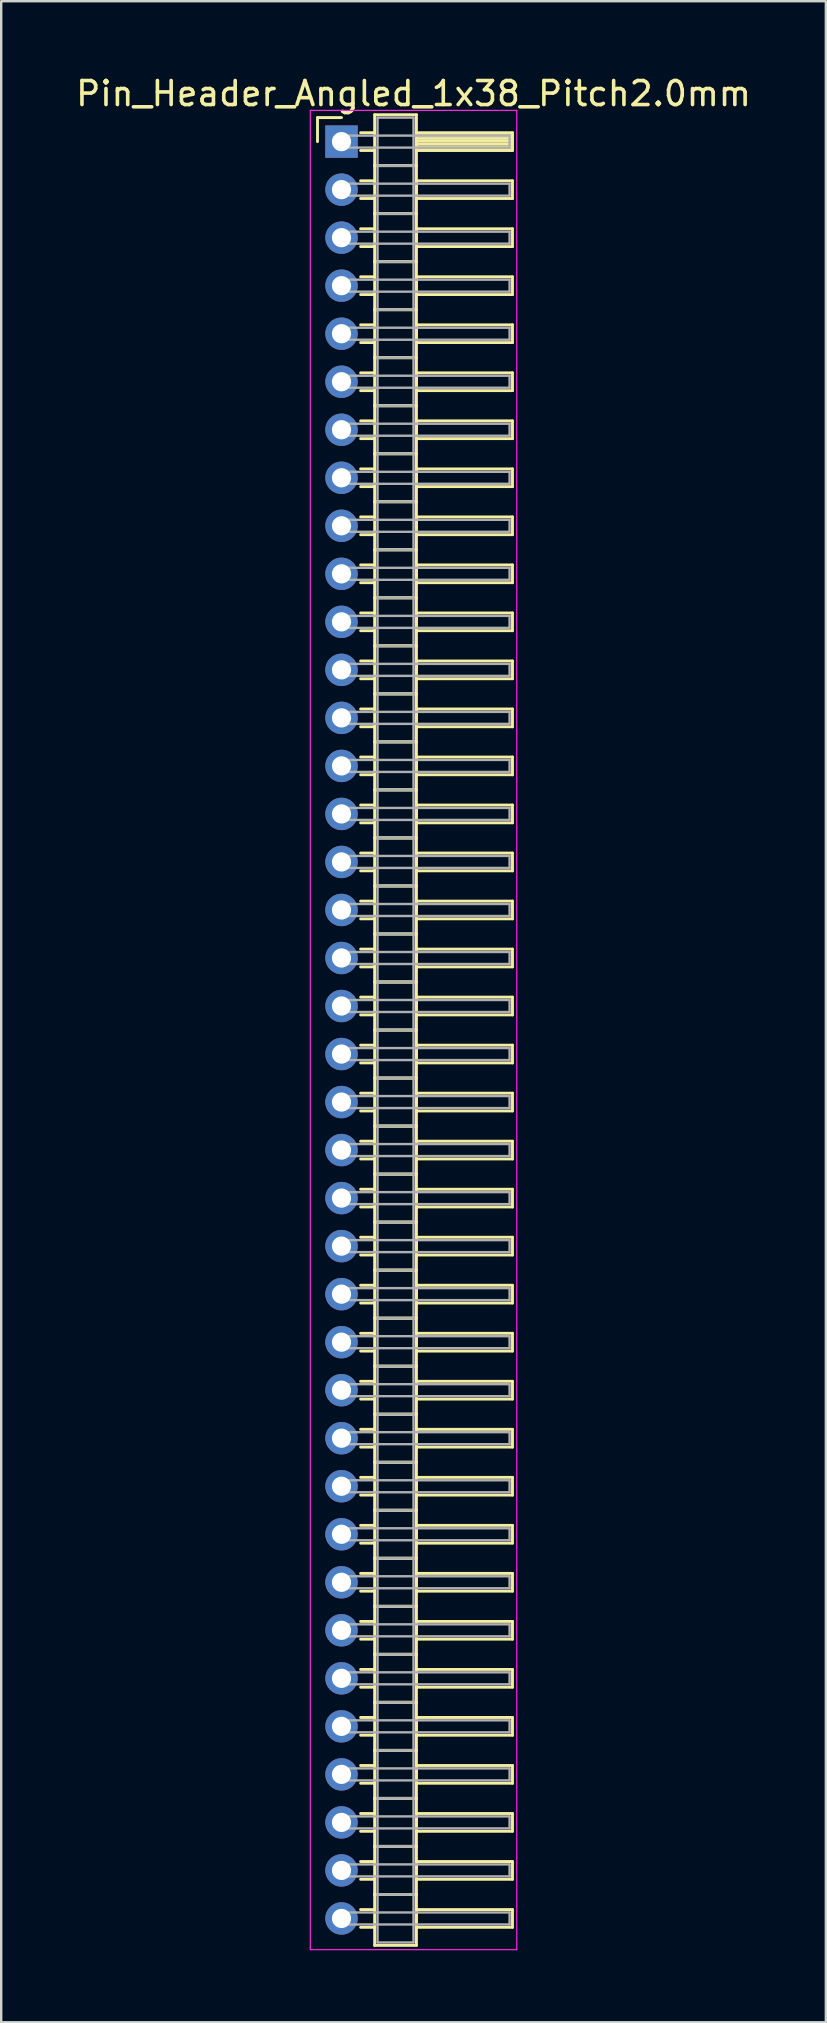
<source format=kicad_pcb>
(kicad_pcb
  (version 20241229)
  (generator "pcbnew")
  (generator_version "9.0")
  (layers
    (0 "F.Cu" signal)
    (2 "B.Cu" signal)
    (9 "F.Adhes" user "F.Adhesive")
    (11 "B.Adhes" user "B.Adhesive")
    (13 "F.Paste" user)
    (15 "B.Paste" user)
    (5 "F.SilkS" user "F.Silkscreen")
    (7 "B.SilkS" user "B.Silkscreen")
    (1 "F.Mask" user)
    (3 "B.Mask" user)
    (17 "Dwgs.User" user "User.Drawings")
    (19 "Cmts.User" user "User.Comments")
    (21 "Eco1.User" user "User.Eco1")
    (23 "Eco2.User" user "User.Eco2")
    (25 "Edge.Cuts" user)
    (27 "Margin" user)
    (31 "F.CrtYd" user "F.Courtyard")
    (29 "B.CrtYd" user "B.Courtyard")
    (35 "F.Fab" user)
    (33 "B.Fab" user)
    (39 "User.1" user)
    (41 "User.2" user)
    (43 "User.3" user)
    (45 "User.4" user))
  (footprint "Pin_Header_Angled_1x38_Pitch2.0mm"
    (layer "F.Cu")
    (at 11.173 2.848)
    (property "Reference" "Pin_Header_Angled_1x38_Pitch2.0mm" (at 3 -2 0) (layer "F.SilkS") (effects (font (size 1 1) (thickness 0.15))))
    (attr through_hole)
    (fp_line (start -1 -1) (end 0 -1) (stroke (width 0.12) (type solid)) (layer "F.SilkS"))
    (fp_line (start -1 0) (end -1 -1) (stroke (width 0.12) (type solid)) (layer "F.SilkS"))
    (fp_line (start 0.795 -0.37) (end 1.38 -0.37) (stroke (width 0.12) (type solid)) (layer "F.SilkS"))
    (fp_line (start 0.795 0.37) (end 1.38 0.37) (stroke (width 0.12) (type solid)) (layer "F.SilkS"))
    (fp_line (start 0.795 1.63) (end 1.38 1.63) (stroke (width 0.12) (type solid)) (layer "F.SilkS"))
    (fp_line (start 0.795 2.37) (end 1.38 2.37) (stroke (width 0.12) (type solid)) (layer "F.SilkS"))
    (fp_line (start 0.795 3.63) (end 1.38 3.63) (stroke (width 0.12) (type solid)) (layer "F.SilkS"))
    (fp_line (start 0.795 4.37) (end 1.38 4.37) (stroke (width 0.12) (type solid)) (layer "F.SilkS"))
    (fp_line (start 0.795 5.63) (end 1.38 5.63) (stroke (width 0.12) (type solid)) (layer "F.SilkS"))
    (fp_line (start 0.795 6.37) (end 1.38 6.37) (stroke (width 0.12) (type solid)) (layer "F.SilkS"))
    (fp_line (start 0.795 7.63) (end 1.38 7.63) (stroke (width 0.12) (type solid)) (layer "F.SilkS"))
    (fp_line (start 0.795 8.37) (end 1.38 8.37) (stroke (width 0.12) (type solid)) (layer "F.SilkS"))
    (fp_line (start 0.795 9.63) (end 1.38 9.63) (stroke (width 0.12) (type solid)) (layer "F.SilkS"))
    (fp_line (start 0.795 10.37) (end 1.38 10.37) (stroke (width 0.12) (type solid)) (layer "F.SilkS"))
    (fp_line (start 0.795 11.63) (end 1.38 11.63) (stroke (width 0.12) (type solid)) (layer "F.SilkS"))
    (fp_line (start 0.795 12.37) (end 1.38 12.37) (stroke (width 0.12) (type solid)) (layer "F.SilkS"))
    (fp_line (start 0.795 13.63) (end 1.38 13.63) (stroke (width 0.12) (type solid)) (layer "F.SilkS"))
    (fp_line (start 0.795 14.37) (end 1.38 14.37) (stroke (width 0.12) (type solid)) (layer "F.SilkS"))
    (fp_line (start 0.795 15.63) (end 1.38 15.63) (stroke (width 0.12) (type solid)) (layer "F.SilkS"))
    (fp_line (start 0.795 16.37) (end 1.38 16.37) (stroke (width 0.12) (type solid)) (layer "F.SilkS"))
    (fp_line (start 0.795 17.63) (end 1.38 17.63) (stroke (width 0.12) (type solid)) (layer "F.SilkS"))
    (fp_line (start 0.795 18.37) (end 1.38 18.37) (stroke (width 0.12) (type solid)) (layer "F.SilkS"))
    (fp_line (start 0.795 19.63) (end 1.38 19.63) (stroke (width 0.12) (type solid)) (layer "F.SilkS"))
    (fp_line (start 0.795 20.37) (end 1.38 20.37) (stroke (width 0.12) (type solid)) (layer "F.SilkS"))
    (fp_line (start 0.795 21.63) (end 1.38 21.63) (stroke (width 0.12) (type solid)) (layer "F.SilkS"))
    (fp_line (start 0.795 22.37) (end 1.38 22.37) (stroke (width 0.12) (type solid)) (layer "F.SilkS"))
    (fp_line (start 0.795 23.63) (end 1.38 23.63) (stroke (width 0.12) (type solid)) (layer "F.SilkS"))
    (fp_line (start 0.795 24.37) (end 1.38 24.37) (stroke (width 0.12) (type solid)) (layer "F.SilkS"))
    (fp_line (start 0.795 25.63) (end 1.38 25.63) (stroke (width 0.12) (type solid)) (layer "F.SilkS"))
    (fp_line (start 0.795 26.37) (end 1.38 26.37) (stroke (width 0.12) (type solid)) (layer "F.SilkS"))
    (fp_line (start 0.795 27.63) (end 1.38 27.63) (stroke (width 0.12) (type solid)) (layer "F.SilkS"))
    (fp_line (start 0.795 28.37) (end 1.38 28.37) (stroke (width 0.12) (type solid)) (layer "F.SilkS"))
    (fp_line (start 0.795 29.63) (end 1.38 29.63) (stroke (width 0.12) (type solid)) (layer "F.SilkS"))
    (fp_line (start 0.795 30.37) (end 1.38 30.37) (stroke (width 0.12) (type solid)) (layer "F.SilkS"))
    (fp_line (start 0.795 31.63) (end 1.38 31.63) (stroke (width 0.12) (type solid)) (layer "F.SilkS"))
    (fp_line (start 0.795 32.37) (end 1.38 32.37) (stroke (width 0.12) (type solid)) (layer "F.SilkS"))
    (fp_line (start 0.795 33.63) (end 1.38 33.63) (stroke (width 0.12) (type solid)) (layer "F.SilkS"))
    (fp_line (start 0.795 34.37) (end 1.38 34.37) (stroke (width 0.12) (type solid)) (layer "F.SilkS"))
    (fp_line (start 0.795 35.63) (end 1.38 35.63) (stroke (width 0.12) (type solid)) (layer "F.SilkS"))
    (fp_line (start 0.795 36.37) (end 1.38 36.37) (stroke (width 0.12) (type solid)) (layer "F.SilkS"))
    (fp_line (start 0.795 37.63) (end 1.38 37.63) (stroke (width 0.12) (type solid)) (layer "F.SilkS"))
    (fp_line (start 0.795 38.37) (end 1.38 38.37) (stroke (width 0.12) (type solid)) (layer "F.SilkS"))
    (fp_line (start 0.795 39.63) (end 1.38 39.63) (stroke (width 0.12) (type solid)) (layer "F.SilkS"))
    (fp_line (start 0.795 40.37) (end 1.38 40.37) (stroke (width 0.12) (type solid)) (layer "F.SilkS"))
    (fp_line (start 0.795 41.63) (end 1.38 41.63) (stroke (width 0.12) (type solid)) (layer "F.SilkS"))
    (fp_line (start 0.795 42.37) (end 1.38 42.37) (stroke (width 0.12) (type solid)) (layer "F.SilkS"))
    (fp_line (start 0.795 43.63) (end 1.38 43.63) (stroke (width 0.12) (type solid)) (layer "F.SilkS"))
    (fp_line (start 0.795 44.37) (end 1.38 44.37) (stroke (width 0.12) (type solid)) (layer "F.SilkS"))
    (fp_line (start 0.795 45.63) (end 1.38 45.63) (stroke (width 0.12) (type solid)) (layer "F.SilkS"))
    (fp_line (start 0.795 46.37) (end 1.38 46.37) (stroke (width 0.12) (type solid)) (layer "F.SilkS"))
    (fp_line (start 0.795 47.63) (end 1.38 47.63) (stroke (width 0.12) (type solid)) (layer "F.SilkS"))
    (fp_line (start 0.795 48.37) (end 1.38 48.37) (stroke (width 0.12) (type solid)) (layer "F.SilkS"))
    (fp_line (start 0.795 49.63) (end 1.38 49.63) (stroke (width 0.12) (type solid)) (layer "F.SilkS"))
    (fp_line (start 0.795 50.37) (end 1.38 50.37) (stroke (width 0.12) (type solid)) (layer "F.SilkS"))
    (fp_line (start 0.795 51.63) (end 1.38 51.63) (stroke (width 0.12) (type solid)) (layer "F.SilkS"))
    (fp_line (start 0.795 52.37) (end 1.38 52.37) (stroke (width 0.12) (type solid)) (layer "F.SilkS"))
    (fp_line (start 0.795 53.63) (end 1.38 53.63) (stroke (width 0.12) (type solid)) (layer "F.SilkS"))
    (fp_line (start 0.795 54.37) (end 1.38 54.37) (stroke (width 0.12) (type solid)) (layer "F.SilkS"))
    (fp_line (start 0.795 55.63) (end 1.38 55.63) (stroke (width 0.12) (type solid)) (layer "F.SilkS"))
    (fp_line (start 0.795 56.37) (end 1.38 56.37) (stroke (width 0.12) (type solid)) (layer "F.SilkS"))
    (fp_line (start 0.795 57.63) (end 1.38 57.63) (stroke (width 0.12) (type solid)) (layer "F.SilkS"))
    (fp_line (start 0.795 58.37) (end 1.38 58.37) (stroke (width 0.12) (type solid)) (layer "F.SilkS"))
    (fp_line (start 0.795 59.63) (end 1.38 59.63) (stroke (width 0.12) (type solid)) (layer "F.SilkS"))
    (fp_line (start 0.795 60.37) (end 1.38 60.37) (stroke (width 0.12) (type solid)) (layer "F.SilkS"))
    (fp_line (start 0.795 61.63) (end 1.38 61.63) (stroke (width 0.12) (type solid)) (layer "F.SilkS"))
    (fp_line (start 0.795 62.37) (end 1.38 62.37) (stroke (width 0.12) (type solid)) (layer "F.SilkS"))
    (fp_line (start 0.795 63.63) (end 1.38 63.63) (stroke (width 0.12) (type solid)) (layer "F.SilkS"))
    (fp_line (start 0.795 64.37) (end 1.38 64.37) (stroke (width 0.12) (type solid)) (layer "F.SilkS"))
    (fp_line (start 0.795 65.63) (end 1.38 65.63) (stroke (width 0.12) (type solid)) (layer "F.SilkS"))
    (fp_line (start 0.795 66.37) (end 1.38 66.37) (stroke (width 0.12) (type solid)) (layer "F.SilkS"))
    (fp_line (start 0.795 67.63) (end 1.38 67.63) (stroke (width 0.12) (type solid)) (layer "F.SilkS"))
    (fp_line (start 0.795 68.37) (end 1.38 68.37) (stroke (width 0.12) (type solid)) (layer "F.SilkS"))
    (fp_line (start 0.795 69.63) (end 1.38 69.63) (stroke (width 0.12) (type solid)) (layer "F.SilkS"))
    (fp_line (start 0.795 70.37) (end 1.38 70.37) (stroke (width 0.12) (type solid)) (layer "F.SilkS"))
    (fp_line (start 0.795 71.63) (end 1.38 71.63) (stroke (width 0.12) (type solid)) (layer "F.SilkS"))
    (fp_line (start 0.795 72.37) (end 1.38 72.37) (stroke (width 0.12) (type solid)) (layer "F.SilkS"))
    (fp_line (start 0.795 73.63) (end 1.38 73.63) (stroke (width 0.12) (type solid)) (layer "F.SilkS"))
    (fp_line (start 0.795 74.37) (end 1.38 74.37) (stroke (width 0.12) (type solid)) (layer "F.SilkS"))
    (fp_line (start 1.38 -1.12) (end 1.38 1) (stroke (width 0.12) (type solid)) (layer "F.SilkS"))
    (fp_line (start 1.38 1) (end 1.38 3) (stroke (width 0.12) (type solid)) (layer "F.SilkS"))
    (fp_line (start 1.38 1) (end 3.12 1) (stroke (width 0.12) (type solid)) (layer "F.SilkS"))
    (fp_line (start 1.38 3) (end 1.38 5) (stroke (width 0.12) (type solid)) (layer "F.SilkS"))
    (fp_line (start 1.38 3) (end 3.12 3) (stroke (width 0.12) (type solid)) (layer "F.SilkS"))
    (fp_line (start 1.38 5) (end 1.38 7) (stroke (width 0.12) (type solid)) (layer "F.SilkS"))
    (fp_line (start 1.38 5) (end 3.12 5) (stroke (width 0.12) (type solid)) (layer "F.SilkS"))
    (fp_line (start 1.38 7) (end 1.38 9) (stroke (width 0.12) (type solid)) (layer "F.SilkS"))
    (fp_line (start 1.38 7) (end 3.12 7) (stroke (width 0.12) (type solid)) (layer "F.SilkS"))
    (fp_line (start 1.38 9) (end 1.38 11) (stroke (width 0.12) (type solid)) (layer "F.SilkS"))
    (fp_line (start 1.38 9) (end 3.12 9) (stroke (width 0.12) (type solid)) (layer "F.SilkS"))
    (fp_line (start 1.38 11) (end 1.38 13) (stroke (width 0.12) (type solid)) (layer "F.SilkS"))
    (fp_line (start 1.38 11) (end 3.12 11) (stroke (width 0.12) (type solid)) (layer "F.SilkS"))
    (fp_line (start 1.38 13) (end 1.38 15) (stroke (width 0.12) (type solid)) (layer "F.SilkS"))
    (fp_line (start 1.38 13) (end 3.12 13) (stroke (width 0.12) (type solid)) (layer "F.SilkS"))
    (fp_line (start 1.38 15) (end 1.38 17) (stroke (width 0.12) (type solid)) (layer "F.SilkS"))
    (fp_line (start 1.38 15) (end 3.12 15) (stroke (width 0.12) (type solid)) (layer "F.SilkS"))
    (fp_line (start 1.38 17) (end 1.38 19) (stroke (width 0.12) (type solid)) (layer "F.SilkS"))
    (fp_line (start 1.38 17) (end 3.12 17) (stroke (width 0.12) (type solid)) (layer "F.SilkS"))
    (fp_line (start 1.38 19) (end 1.38 21) (stroke (width 0.12) (type solid)) (layer "F.SilkS"))
    (fp_line (start 1.38 19) (end 3.12 19) (stroke (width 0.12) (type solid)) (layer "F.SilkS"))
    (fp_line (start 1.38 21) (end 1.38 23) (stroke (width 0.12) (type solid)) (layer "F.SilkS"))
    (fp_line (start 1.38 21) (end 3.12 21) (stroke (width 0.12) (type solid)) (layer "F.SilkS"))
    (fp_line (start 1.38 23) (end 1.38 25) (stroke (width 0.12) (type solid)) (layer "F.SilkS"))
    (fp_line (start 1.38 23) (end 3.12 23) (stroke (width 0.12) (type solid)) (layer "F.SilkS"))
    (fp_line (start 1.38 25) (end 1.38 27) (stroke (width 0.12) (type solid)) (layer "F.SilkS"))
    (fp_line (start 1.38 25) (end 3.12 25) (stroke (width 0.12) (type solid)) (layer "F.SilkS"))
    (fp_line (start 1.38 27) (end 1.38 29) (stroke (width 0.12) (type solid)) (layer "F.SilkS"))
    (fp_line (start 1.38 27) (end 3.12 27) (stroke (width 0.12) (type solid)) (layer "F.SilkS"))
    (fp_line (start 1.38 29) (end 1.38 31) (stroke (width 0.12) (type solid)) (layer "F.SilkS"))
    (fp_line (start 1.38 29) (end 3.12 29) (stroke (width 0.12) (type solid)) (layer "F.SilkS"))
    (fp_line (start 1.38 31) (end 1.38 33) (stroke (width 0.12) (type solid)) (layer "F.SilkS"))
    (fp_line (start 1.38 31) (end 3.12 31) (stroke (width 0.12) (type solid)) (layer "F.SilkS"))
    (fp_line (start 1.38 33) (end 1.38 35) (stroke (width 0.12) (type solid)) (layer "F.SilkS"))
    (fp_line (start 1.38 33) (end 3.12 33) (stroke (width 0.12) (type solid)) (layer "F.SilkS"))
    (fp_line (start 1.38 35) (end 1.38 37) (stroke (width 0.12) (type solid)) (layer "F.SilkS"))
    (fp_line (start 1.38 35) (end 3.12 35) (stroke (width 0.12) (type solid)) (layer "F.SilkS"))
    (fp_line (start 1.38 37) (end 1.38 39) (stroke (width 0.12) (type solid)) (layer "F.SilkS"))
    (fp_line (start 1.38 37) (end 3.12 37) (stroke (width 0.12) (type solid)) (layer "F.SilkS"))
    (fp_line (start 1.38 39) (end 1.38 41) (stroke (width 0.12) (type solid)) (layer "F.SilkS"))
    (fp_line (start 1.38 39) (end 3.12 39) (stroke (width 0.12) (type solid)) (layer "F.SilkS"))
    (fp_line (start 1.38 41) (end 1.38 43) (stroke (width 0.12) (type solid)) (layer "F.SilkS"))
    (fp_line (start 1.38 41) (end 3.12 41) (stroke (width 0.12) (type solid)) (layer "F.SilkS"))
    (fp_line (start 1.38 43) (end 1.38 45) (stroke (width 0.12) (type solid)) (layer "F.SilkS"))
    (fp_line (start 1.38 43) (end 3.12 43) (stroke (width 0.12) (type solid)) (layer "F.SilkS"))
    (fp_line (start 1.38 45) (end 1.38 47) (stroke (width 0.12) (type solid)) (layer "F.SilkS"))
    (fp_line (start 1.38 45) (end 3.12 45) (stroke (width 0.12) (type solid)) (layer "F.SilkS"))
    (fp_line (start 1.38 47) (end 1.38 49) (stroke (width 0.12) (type solid)) (layer "F.SilkS"))
    (fp_line (start 1.38 47) (end 3.12 47) (stroke (width 0.12) (type solid)) (layer "F.SilkS"))
    (fp_line (start 1.38 49) (end 1.38 51) (stroke (width 0.12) (type solid)) (layer "F.SilkS"))
    (fp_line (start 1.38 49) (end 3.12 49) (stroke (width 0.12) (type solid)) (layer "F.SilkS"))
    (fp_line (start 1.38 51) (end 1.38 53) (stroke (width 0.12) (type solid)) (layer "F.SilkS"))
    (fp_line (start 1.38 51) (end 3.12 51) (stroke (width 0.12) (type solid)) (layer "F.SilkS"))
    (fp_line (start 1.38 53) (end 1.38 55) (stroke (width 0.12) (type solid)) (layer "F.SilkS"))
    (fp_line (start 1.38 53) (end 3.12 53) (stroke (width 0.12) (type solid)) (layer "F.SilkS"))
    (fp_line (start 1.38 55) (end 1.38 57) (stroke (width 0.12) (type solid)) (layer "F.SilkS"))
    (fp_line (start 1.38 55) (end 3.12 55) (stroke (width 0.12) (type solid)) (layer "F.SilkS"))
    (fp_line (start 1.38 57) (end 1.38 59) (stroke (width 0.12) (type solid)) (layer "F.SilkS"))
    (fp_line (start 1.38 57) (end 3.12 57) (stroke (width 0.12) (type solid)) (layer "F.SilkS"))
    (fp_line (start 1.38 59) (end 1.38 61) (stroke (width 0.12) (type solid)) (layer "F.SilkS"))
    (fp_line (start 1.38 59) (end 3.12 59) (stroke (width 0.12) (type solid)) (layer "F.SilkS"))
    (fp_line (start 1.38 61) (end 1.38 63) (stroke (width 0.12) (type solid)) (layer "F.SilkS"))
    (fp_line (start 1.38 61) (end 3.12 61) (stroke (width 0.12) (type solid)) (layer "F.SilkS"))
    (fp_line (start 1.38 63) (end 1.38 65) (stroke (width 0.12) (type solid)) (layer "F.SilkS"))
    (fp_line (start 1.38 63) (end 3.12 63) (stroke (width 0.12) (type solid)) (layer "F.SilkS"))
    (fp_line (start 1.38 65) (end 1.38 67) (stroke (width 0.12) (type solid)) (layer "F.SilkS"))
    (fp_line (start 1.38 65) (end 3.12 65) (stroke (width 0.12) (type solid)) (layer "F.SilkS"))
    (fp_line (start 1.38 67) (end 1.38 69) (stroke (width 0.12) (type solid)) (layer "F.SilkS"))
    (fp_line (start 1.38 67) (end 3.12 67) (stroke (width 0.12) (type solid)) (layer "F.SilkS"))
    (fp_line (start 1.38 69) (end 1.38 71) (stroke (width 0.12) (type solid)) (layer "F.SilkS"))
    (fp_line (start 1.38 69) (end 3.12 69) (stroke (width 0.12) (type solid)) (layer "F.SilkS"))
    (fp_line (start 1.38 71) (end 1.38 73) (stroke (width 0.12) (type solid)) (layer "F.SilkS"))
    (fp_line (start 1.38 71) (end 3.12 71) (stroke (width 0.12) (type solid)) (layer "F.SilkS"))
    (fp_line (start 1.38 73) (end 1.38 75.12) (stroke (width 0.12) (type solid)) (layer "F.SilkS"))
    (fp_line (start 1.38 73) (end 3.12 73) (stroke (width 0.12) (type solid)) (layer "F.SilkS"))
    (fp_line (start 1.38 75.12) (end 3.12 75.12) (stroke (width 0.12) (type solid)) (layer "F.SilkS"))
    (fp_line (start 3.12 -1.12) (end 1.38 -1.12) (stroke (width 0.12) (type solid)) (layer "F.SilkS"))
    (fp_line (start 3.12 -0.37) (end 3.12 0.37) (stroke (width 0.12) (type solid)) (layer "F.SilkS"))
    (fp_line (start 3.12 -0.25) (end 7.12 -0.25) (stroke (width 0.12) (type solid)) (layer "F.SilkS"))
    (fp_line (start 3.12 -0.13) (end 7.12 -0.13) (stroke (width 0.12) (type solid)) (layer "F.SilkS"))
    (fp_line (start 3.12 -0.01) (end 7.12 -0.01) (stroke (width 0.12) (type solid)) (layer "F.SilkS"))
    (fp_line (start 3.12 0.11) (end 7.12 0.11) (stroke (width 0.12) (type solid)) (layer "F.SilkS"))
    (fp_line (start 3.12 0.23) (end 7.12 0.23) (stroke (width 0.12) (type solid)) (layer "F.SilkS"))
    (fp_line (start 3.12 0.35) (end 7.12 0.35) (stroke (width 0.12) (type solid)) (layer "F.SilkS"))
    (fp_line (start 3.12 0.37) (end 7.12 0.37) (stroke (width 0.12) (type solid)) (layer "F.SilkS"))
    (fp_line (start 3.12 1) (end 1.38 1) (stroke (width 0.12) (type solid)) (layer "F.SilkS"))
    (fp_line (start 3.12 1) (end 3.12 -1.12) (stroke (width 0.12) (type solid)) (layer "F.SilkS"))
    (fp_line (start 3.12 1.63) (end 3.12 2.37) (stroke (width 0.12) (type solid)) (layer "F.SilkS"))
    (fp_line (start 3.12 2.37) (end 7.12 2.37) (stroke (width 0.12) (type solid)) (layer "F.SilkS"))
    (fp_line (start 3.12 3) (end 1.38 3) (stroke (width 0.12) (type solid)) (layer "F.SilkS"))
    (fp_line (start 3.12 3) (end 3.12 1) (stroke (width 0.12) (type solid)) (layer "F.SilkS"))
    (fp_line (start 3.12 3.63) (end 3.12 4.37) (stroke (width 0.12) (type solid)) (layer "F.SilkS"))
    (fp_line (start 3.12 4.37) (end 7.12 4.37) (stroke (width 0.12) (type solid)) (layer "F.SilkS"))
    (fp_line (start 3.12 5) (end 1.38 5) (stroke (width 0.12) (type solid)) (layer "F.SilkS"))
    (fp_line (start 3.12 5) (end 3.12 3) (stroke (width 0.12) (type solid)) (layer "F.SilkS"))
    (fp_line (start 3.12 5.63) (end 3.12 6.37) (stroke (width 0.12) (type solid)) (layer "F.SilkS"))
    (fp_line (start 3.12 6.37) (end 7.12 6.37) (stroke (width 0.12) (type solid)) (layer "F.SilkS"))
    (fp_line (start 3.12 7) (end 1.38 7) (stroke (width 0.12) (type solid)) (layer "F.SilkS"))
    (fp_line (start 3.12 7) (end 3.12 5) (stroke (width 0.12) (type solid)) (layer "F.SilkS"))
    (fp_line (start 3.12 7.63) (end 3.12 8.37) (stroke (width 0.12) (type solid)) (layer "F.SilkS"))
    (fp_line (start 3.12 8.37) (end 7.12 8.37) (stroke (width 0.12) (type solid)) (layer "F.SilkS"))
    (fp_line (start 3.12 9) (end 1.38 9) (stroke (width 0.12) (type solid)) (layer "F.SilkS"))
    (fp_line (start 3.12 9) (end 3.12 7) (stroke (width 0.12) (type solid)) (layer "F.SilkS"))
    (fp_line (start 3.12 9.63) (end 3.12 10.37) (stroke (width 0.12) (type solid)) (layer "F.SilkS"))
    (fp_line (start 3.12 10.37) (end 7.12 10.37) (stroke (width 0.12) (type solid)) (layer "F.SilkS"))
    (fp_line (start 3.12 11) (end 1.38 11) (stroke (width 0.12) (type solid)) (layer "F.SilkS"))
    (fp_line (start 3.12 11) (end 3.12 9) (stroke (width 0.12) (type solid)) (layer "F.SilkS"))
    (fp_line (start 3.12 11.63) (end 3.12 12.37) (stroke (width 0.12) (type solid)) (layer "F.SilkS"))
    (fp_line (start 3.12 12.37) (end 7.12 12.37) (stroke (width 0.12) (type solid)) (layer "F.SilkS"))
    (fp_line (start 3.12 13) (end 1.38 13) (stroke (width 0.12) (type solid)) (layer "F.SilkS"))
    (fp_line (start 3.12 13) (end 3.12 11) (stroke (width 0.12) (type solid)) (layer "F.SilkS"))
    (fp_line (start 3.12 13.63) (end 3.12 14.37) (stroke (width 0.12) (type solid)) (layer "F.SilkS"))
    (fp_line (start 3.12 14.37) (end 7.12 14.37) (stroke (width 0.12) (type solid)) (layer "F.SilkS"))
    (fp_line (start 3.12 15) (end 1.38 15) (stroke (width 0.12) (type solid)) (layer "F.SilkS"))
    (fp_line (start 3.12 15) (end 3.12 13) (stroke (width 0.12) (type solid)) (layer "F.SilkS"))
    (fp_line (start 3.12 15.63) (end 3.12 16.37) (stroke (width 0.12) (type solid)) (layer "F.SilkS"))
    (fp_line (start 3.12 16.37) (end 7.12 16.37) (stroke (width 0.12) (type solid)) (layer "F.SilkS"))
    (fp_line (start 3.12 17) (end 1.38 17) (stroke (width 0.12) (type solid)) (layer "F.SilkS"))
    (fp_line (start 3.12 17) (end 3.12 15) (stroke (width 0.12) (type solid)) (layer "F.SilkS"))
    (fp_line (start 3.12 17.63) (end 3.12 18.37) (stroke (width 0.12) (type solid)) (layer "F.SilkS"))
    (fp_line (start 3.12 18.37) (end 7.12 18.37) (stroke (width 0.12) (type solid)) (layer "F.SilkS"))
    (fp_line (start 3.12 19) (end 1.38 19) (stroke (width 0.12) (type solid)) (layer "F.SilkS"))
    (fp_line (start 3.12 19) (end 3.12 17) (stroke (width 0.12) (type solid)) (layer "F.SilkS"))
    (fp_line (start 3.12 19.63) (end 3.12 20.37) (stroke (width 0.12) (type solid)) (layer "F.SilkS"))
    (fp_line (start 3.12 20.37) (end 7.12 20.37) (stroke (width 0.12) (type solid)) (layer "F.SilkS"))
    (fp_line (start 3.12 21) (end 1.38 21) (stroke (width 0.12) (type solid)) (layer "F.SilkS"))
    (fp_line (start 3.12 21) (end 3.12 19) (stroke (width 0.12) (type solid)) (layer "F.SilkS"))
    (fp_line (start 3.12 21.63) (end 3.12 22.37) (stroke (width 0.12) (type solid)) (layer "F.SilkS"))
    (fp_line (start 3.12 22.37) (end 7.12 22.37) (stroke (width 0.12) (type solid)) (layer "F.SilkS"))
    (fp_line (start 3.12 23) (end 1.38 23) (stroke (width 0.12) (type solid)) (layer "F.SilkS"))
    (fp_line (start 3.12 23) (end 3.12 21) (stroke (width 0.12) (type solid)) (layer "F.SilkS"))
    (fp_line (start 3.12 23.63) (end 3.12 24.37) (stroke (width 0.12) (type solid)) (layer "F.SilkS"))
    (fp_line (start 3.12 24.37) (end 7.12 24.37) (stroke (width 0.12) (type solid)) (layer "F.SilkS"))
    (fp_line (start 3.12 25) (end 1.38 25) (stroke (width 0.12) (type solid)) (layer "F.SilkS"))
    (fp_line (start 3.12 25) (end 3.12 23) (stroke (width 0.12) (type solid)) (layer "F.SilkS"))
    (fp_line (start 3.12 25.63) (end 3.12 26.37) (stroke (width 0.12) (type solid)) (layer "F.SilkS"))
    (fp_line (start 3.12 26.37) (end 7.12 26.37) (stroke (width 0.12) (type solid)) (layer "F.SilkS"))
    (fp_line (start 3.12 27) (end 1.38 27) (stroke (width 0.12) (type solid)) (layer "F.SilkS"))
    (fp_line (start 3.12 27) (end 3.12 25) (stroke (width 0.12) (type solid)) (layer "F.SilkS"))
    (fp_line (start 3.12 27.63) (end 3.12 28.37) (stroke (width 0.12) (type solid)) (layer "F.SilkS"))
    (fp_line (start 3.12 28.37) (end 7.12 28.37) (stroke (width 0.12) (type solid)) (layer "F.SilkS"))
    (fp_line (start 3.12 29) (end 1.38 29) (stroke (width 0.12) (type solid)) (layer "F.SilkS"))
    (fp_line (start 3.12 29) (end 3.12 27) (stroke (width 0.12) (type solid)) (layer "F.SilkS"))
    (fp_line (start 3.12 29.63) (end 3.12 30.37) (stroke (width 0.12) (type solid)) (layer "F.SilkS"))
    (fp_line (start 3.12 30.37) (end 7.12 30.37) (stroke (width 0.12) (type solid)) (layer "F.SilkS"))
    (fp_line (start 3.12 31) (end 1.38 31) (stroke (width 0.12) (type solid)) (layer "F.SilkS"))
    (fp_line (start 3.12 31) (end 3.12 29) (stroke (width 0.12) (type solid)) (layer "F.SilkS"))
    (fp_line (start 3.12 31.63) (end 3.12 32.37) (stroke (width 0.12) (type solid)) (layer "F.SilkS"))
    (fp_line (start 3.12 32.37) (end 7.12 32.37) (stroke (width 0.12) (type solid)) (layer "F.SilkS"))
    (fp_line (start 3.12 33) (end 1.38 33) (stroke (width 0.12) (type solid)) (layer "F.SilkS"))
    (fp_line (start 3.12 33) (end 3.12 31) (stroke (width 0.12) (type solid)) (layer "F.SilkS"))
    (fp_line (start 3.12 33.63) (end 3.12 34.37) (stroke (width 0.12) (type solid)) (layer "F.SilkS"))
    (fp_line (start 3.12 34.37) (end 7.12 34.37) (stroke (width 0.12) (type solid)) (layer "F.SilkS"))
    (fp_line (start 3.12 35) (end 1.38 35) (stroke (width 0.12) (type solid)) (layer "F.SilkS"))
    (fp_line (start 3.12 35) (end 3.12 33) (stroke (width 0.12) (type solid)) (layer "F.SilkS"))
    (fp_line (start 3.12 35.63) (end 3.12 36.37) (stroke (width 0.12) (type solid)) (layer "F.SilkS"))
    (fp_line (start 3.12 36.37) (end 7.12 36.37) (stroke (width 0.12) (type solid)) (layer "F.SilkS"))
    (fp_line (start 3.12 37) (end 1.38 37) (stroke (width 0.12) (type solid)) (layer "F.SilkS"))
    (fp_line (start 3.12 37) (end 3.12 35) (stroke (width 0.12) (type solid)) (layer "F.SilkS"))
    (fp_line (start 3.12 37.63) (end 3.12 38.37) (stroke (width 0.12) (type solid)) (layer "F.SilkS"))
    (fp_line (start 3.12 38.37) (end 7.12 38.37) (stroke (width 0.12) (type solid)) (layer "F.SilkS"))
    (fp_line (start 3.12 39) (end 1.38 39) (stroke (width 0.12) (type solid)) (layer "F.SilkS"))
    (fp_line (start 3.12 39) (end 3.12 37) (stroke (width 0.12) (type solid)) (layer "F.SilkS"))
    (fp_line (start 3.12 39.63) (end 3.12 40.37) (stroke (width 0.12) (type solid)) (layer "F.SilkS"))
    (fp_line (start 3.12 40.37) (end 7.12 40.37) (stroke (width 0.12) (type solid)) (layer "F.SilkS"))
    (fp_line (start 3.12 41) (end 1.38 41) (stroke (width 0.12) (type solid)) (layer "F.SilkS"))
    (fp_line (start 3.12 41) (end 3.12 39) (stroke (width 0.12) (type solid)) (layer "F.SilkS"))
    (fp_line (start 3.12 41.63) (end 3.12 42.37) (stroke (width 0.12) (type solid)) (layer "F.SilkS"))
    (fp_line (start 3.12 42.37) (end 7.12 42.37) (stroke (width 0.12) (type solid)) (layer "F.SilkS"))
    (fp_line (start 3.12 43) (end 1.38 43) (stroke (width 0.12) (type solid)) (layer "F.SilkS"))
    (fp_line (start 3.12 43) (end 3.12 41) (stroke (width 0.12) (type solid)) (layer "F.SilkS"))
    (fp_line (start 3.12 43.63) (end 3.12 44.37) (stroke (width 0.12) (type solid)) (layer "F.SilkS"))
    (fp_line (start 3.12 44.37) (end 7.12 44.37) (stroke (width 0.12) (type solid)) (layer "F.SilkS"))
    (fp_line (start 3.12 45) (end 1.38 45) (stroke (width 0.12) (type solid)) (layer "F.SilkS"))
    (fp_line (start 3.12 45) (end 3.12 43) (stroke (width 0.12) (type solid)) (layer "F.SilkS"))
    (fp_line (start 3.12 45.63) (end 3.12 46.37) (stroke (width 0.12) (type solid)) (layer "F.SilkS"))
    (fp_line (start 3.12 46.37) (end 7.12 46.37) (stroke (width 0.12) (type solid)) (layer "F.SilkS"))
    (fp_line (start 3.12 47) (end 1.38 47) (stroke (width 0.12) (type solid)) (layer "F.SilkS"))
    (fp_line (start 3.12 47) (end 3.12 45) (stroke (width 0.12) (type solid)) (layer "F.SilkS"))
    (fp_line (start 3.12 47.63) (end 3.12 48.37) (stroke (width 0.12) (type solid)) (layer "F.SilkS"))
    (fp_line (start 3.12 48.37) (end 7.12 48.37) (stroke (width 0.12) (type solid)) (layer "F.SilkS"))
    (fp_line (start 3.12 49) (end 1.38 49) (stroke (width 0.12) (type solid)) (layer "F.SilkS"))
    (fp_line (start 3.12 49) (end 3.12 47) (stroke (width 0.12) (type solid)) (layer "F.SilkS"))
    (fp_line (start 3.12 49.63) (end 3.12 50.37) (stroke (width 0.12) (type solid)) (layer "F.SilkS"))
    (fp_line (start 3.12 50.37) (end 7.12 50.37) (stroke (width 0.12) (type solid)) (layer "F.SilkS"))
    (fp_line (start 3.12 51) (end 1.38 51) (stroke (width 0.12) (type solid)) (layer "F.SilkS"))
    (fp_line (start 3.12 51) (end 3.12 49) (stroke (width 0.12) (type solid)) (layer "F.SilkS"))
    (fp_line (start 3.12 51.63) (end 3.12 52.37) (stroke (width 0.12) (type solid)) (layer "F.SilkS"))
    (fp_line (start 3.12 52.37) (end 7.12 52.37) (stroke (width 0.12) (type solid)) (layer "F.SilkS"))
    (fp_line (start 3.12 53) (end 1.38 53) (stroke (width 0.12) (type solid)) (layer "F.SilkS"))
    (fp_line (start 3.12 53) (end 3.12 51) (stroke (width 0.12) (type solid)) (layer "F.SilkS"))
    (fp_line (start 3.12 53.63) (end 3.12 54.37) (stroke (width 0.12) (type solid)) (layer "F.SilkS"))
    (fp_line (start 3.12 54.37) (end 7.12 54.37) (stroke (width 0.12) (type solid)) (layer "F.SilkS"))
    (fp_line (start 3.12 55) (end 1.38 55) (stroke (width 0.12) (type solid)) (layer "F.SilkS"))
    (fp_line (start 3.12 55) (end 3.12 53) (stroke (width 0.12) (type solid)) (layer "F.SilkS"))
    (fp_line (start 3.12 55.63) (end 3.12 56.37) (stroke (width 0.12) (type solid)) (layer "F.SilkS"))
    (fp_line (start 3.12 56.37) (end 7.12 56.37) (stroke (width 0.12) (type solid)) (layer "F.SilkS"))
    (fp_line (start 3.12 57) (end 1.38 57) (stroke (width 0.12) (type solid)) (layer "F.SilkS"))
    (fp_line (start 3.12 57) (end 3.12 55) (stroke (width 0.12) (type solid)) (layer "F.SilkS"))
    (fp_line (start 3.12 57.63) (end 3.12 58.37) (stroke (width 0.12) (type solid)) (layer "F.SilkS"))
    (fp_line (start 3.12 58.37) (end 7.12 58.37) (stroke (width 0.12) (type solid)) (layer "F.SilkS"))
    (fp_line (start 3.12 59) (end 1.38 59) (stroke (width 0.12) (type solid)) (layer "F.SilkS"))
    (fp_line (start 3.12 59) (end 3.12 57) (stroke (width 0.12) (type solid)) (layer "F.SilkS"))
    (fp_line (start 3.12 59.63) (end 3.12 60.37) (stroke (width 0.12) (type solid)) (layer "F.SilkS"))
    (fp_line (start 3.12 60.37) (end 7.12 60.37) (stroke (width 0.12) (type solid)) (layer "F.SilkS"))
    (fp_line (start 3.12 61) (end 1.38 61) (stroke (width 0.12) (type solid)) (layer "F.SilkS"))
    (fp_line (start 3.12 61) (end 3.12 59) (stroke (width 0.12) (type solid)) (layer "F.SilkS"))
    (fp_line (start 3.12 61.63) (end 3.12 62.37) (stroke (width 0.12) (type solid)) (layer "F.SilkS"))
    (fp_line (start 3.12 62.37) (end 7.12 62.37) (stroke (width 0.12) (type solid)) (layer "F.SilkS"))
    (fp_line (start 3.12 63) (end 1.38 63) (stroke (width 0.12) (type solid)) (layer "F.SilkS"))
    (fp_line (start 3.12 63) (end 3.12 61) (stroke (width 0.12) (type solid)) (layer "F.SilkS"))
    (fp_line (start 3.12 63.63) (end 3.12 64.37) (stroke (width 0.12) (type solid)) (layer "F.SilkS"))
    (fp_line (start 3.12 64.37) (end 7.12 64.37) (stroke (width 0.12) (type solid)) (layer "F.SilkS"))
    (fp_line (start 3.12 65) (end 1.38 65) (stroke (width 0.12) (type solid)) (layer "F.SilkS"))
    (fp_line (start 3.12 65) (end 3.12 63) (stroke (width 0.12) (type solid)) (layer "F.SilkS"))
    (fp_line (start 3.12 65.63) (end 3.12 66.37) (stroke (width 0.12) (type solid)) (layer "F.SilkS"))
    (fp_line (start 3.12 66.37) (end 7.12 66.37) (stroke (width 0.12) (type solid)) (layer "F.SilkS"))
    (fp_line (start 3.12 67) (end 1.38 67) (stroke (width 0.12) (type solid)) (layer "F.SilkS"))
    (fp_line (start 3.12 67) (end 3.12 65) (stroke (width 0.12) (type solid)) (layer "F.SilkS"))
    (fp_line (start 3.12 67.63) (end 3.12 68.37) (stroke (width 0.12) (type solid)) (layer "F.SilkS"))
    (fp_line (start 3.12 68.37) (end 7.12 68.37) (stroke (width 0.12) (type solid)) (layer "F.SilkS"))
    (fp_line (start 3.12 69) (end 1.38 69) (stroke (width 0.12) (type solid)) (layer "F.SilkS"))
    (fp_line (start 3.12 69) (end 3.12 67) (stroke (width 0.12) (type solid)) (layer "F.SilkS"))
    (fp_line (start 3.12 69.63) (end 3.12 70.37) (stroke (width 0.12) (type solid)) (layer "F.SilkS"))
    (fp_line (start 3.12 70.37) (end 7.12 70.37) (stroke (width 0.12) (type solid)) (layer "F.SilkS"))
    (fp_line (start 3.12 71) (end 1.38 71) (stroke (width 0.12) (type solid)) (layer "F.SilkS"))
    (fp_line (start 3.12 71) (end 3.12 69) (stroke (width 0.12) (type solid)) (layer "F.SilkS"))
    (fp_line (start 3.12 71.63) (end 3.12 72.37) (stroke (width 0.12) (type solid)) (layer "F.SilkS"))
    (fp_line (start 3.12 72.37) (end 7.12 72.37) (stroke (width 0.12) (type solid)) (layer "F.SilkS"))
    (fp_line (start 3.12 73) (end 1.38 73) (stroke (width 0.12) (type solid)) (layer "F.SilkS"))
    (fp_line (start 3.12 73) (end 3.12 71) (stroke (width 0.12) (type solid)) (layer "F.SilkS"))
    (fp_line (start 3.12 73.63) (end 3.12 74.37) (stroke (width 0.12) (type solid)) (layer "F.SilkS"))
    (fp_line (start 3.12 74.37) (end 7.12 74.37) (stroke (width 0.12) (type solid)) (layer "F.SilkS"))
    (fp_line (start 3.12 75.12) (end 3.12 73) (stroke (width 0.12) (type solid)) (layer "F.SilkS"))
    (fp_line (start 7.12 -0.37) (end 3.12 -0.37) (stroke (width 0.12) (type solid)) (layer "F.SilkS"))
    (fp_line (start 7.12 0.37) (end 7.12 -0.37) (stroke (width 0.12) (type solid)) (layer "F.SilkS"))
    (fp_line (start 7.12 1.63) (end 3.12 1.63) (stroke (width 0.12) (type solid)) (layer "F.SilkS"))
    (fp_line (start 7.12 2.37) (end 7.12 1.63) (stroke (width 0.12) (type solid)) (layer "F.SilkS"))
    (fp_line (start 7.12 3.63) (end 3.12 3.63) (stroke (width 0.12) (type solid)) (layer "F.SilkS"))
    (fp_line (start 7.12 4.37) (end 7.12 3.63) (stroke (width 0.12) (type solid)) (layer "F.SilkS"))
    (fp_line (start 7.12 5.63) (end 3.12 5.63) (stroke (width 0.12) (type solid)) (layer "F.SilkS"))
    (fp_line (start 7.12 6.37) (end 7.12 5.63) (stroke (width 0.12) (type solid)) (layer "F.SilkS"))
    (fp_line (start 7.12 7.63) (end 3.12 7.63) (stroke (width 0.12) (type solid)) (layer "F.SilkS"))
    (fp_line (start 7.12 8.37) (end 7.12 7.63) (stroke (width 0.12) (type solid)) (layer "F.SilkS"))
    (fp_line (start 7.12 9.63) (end 3.12 9.63) (stroke (width 0.12) (type solid)) (layer "F.SilkS"))
    (fp_line (start 7.12 10.37) (end 7.12 9.63) (stroke (width 0.12) (type solid)) (layer "F.SilkS"))
    (fp_line (start 7.12 11.63) (end 3.12 11.63) (stroke (width 0.12) (type solid)) (layer "F.SilkS"))
    (fp_line (start 7.12 12.37) (end 7.12 11.63) (stroke (width 0.12) (type solid)) (layer "F.SilkS"))
    (fp_line (start 7.12 13.63) (end 3.12 13.63) (stroke (width 0.12) (type solid)) (layer "F.SilkS"))
    (fp_line (start 7.12 14.37) (end 7.12 13.63) (stroke (width 0.12) (type solid)) (layer "F.SilkS"))
    (fp_line (start 7.12 15.63) (end 3.12 15.63) (stroke (width 0.12) (type solid)) (layer "F.SilkS"))
    (fp_line (start 7.12 16.37) (end 7.12 15.63) (stroke (width 0.12) (type solid)) (layer "F.SilkS"))
    (fp_line (start 7.12 17.63) (end 3.12 17.63) (stroke (width 0.12) (type solid)) (layer "F.SilkS"))
    (fp_line (start 7.12 18.37) (end 7.12 17.63) (stroke (width 0.12) (type solid)) (layer "F.SilkS"))
    (fp_line (start 7.12 19.63) (end 3.12 19.63) (stroke (width 0.12) (type solid)) (layer "F.SilkS"))
    (fp_line (start 7.12 20.37) (end 7.12 19.63) (stroke (width 0.12) (type solid)) (layer "F.SilkS"))
    (fp_line (start 7.12 21.63) (end 3.12 21.63) (stroke (width 0.12) (type solid)) (layer "F.SilkS"))
    (fp_line (start 7.12 22.37) (end 7.12 21.63) (stroke (width 0.12) (type solid)) (layer "F.SilkS"))
    (fp_line (start 7.12 23.63) (end 3.12 23.63) (stroke (width 0.12) (type solid)) (layer "F.SilkS"))
    (fp_line (start 7.12 24.37) (end 7.12 23.63) (stroke (width 0.12) (type solid)) (layer "F.SilkS"))
    (fp_line (start 7.12 25.63) (end 3.12 25.63) (stroke (width 0.12) (type solid)) (layer "F.SilkS"))
    (fp_line (start 7.12 26.37) (end 7.12 25.63) (stroke (width 0.12) (type solid)) (layer "F.SilkS"))
    (fp_line (start 7.12 27.63) (end 3.12 27.63) (stroke (width 0.12) (type solid)) (layer "F.SilkS"))
    (fp_line (start 7.12 28.37) (end 7.12 27.63) (stroke (width 0.12) (type solid)) (layer "F.SilkS"))
    (fp_line (start 7.12 29.63) (end 3.12 29.63) (stroke (width 0.12) (type solid)) (layer "F.SilkS"))
    (fp_line (start 7.12 30.37) (end 7.12 29.63) (stroke (width 0.12) (type solid)) (layer "F.SilkS"))
    (fp_line (start 7.12 31.63) (end 3.12 31.63) (stroke (width 0.12) (type solid)) (layer "F.SilkS"))
    (fp_line (start 7.12 32.37) (end 7.12 31.63) (stroke (width 0.12) (type solid)) (layer "F.SilkS"))
    (fp_line (start 7.12 33.63) (end 3.12 33.63) (stroke (width 0.12) (type solid)) (layer "F.SilkS"))
    (fp_line (start 7.12 34.37) (end 7.12 33.63) (stroke (width 0.12) (type solid)) (layer "F.SilkS"))
    (fp_line (start 7.12 35.63) (end 3.12 35.63) (stroke (width 0.12) (type solid)) (layer "F.SilkS"))
    (fp_line (start 7.12 36.37) (end 7.12 35.63) (stroke (width 0.12) (type solid)) (layer "F.SilkS"))
    (fp_line (start 7.12 37.63) (end 3.12 37.63) (stroke (width 0.12) (type solid)) (layer "F.SilkS"))
    (fp_line (start 7.12 38.37) (end 7.12 37.63) (stroke (width 0.12) (type solid)) (layer "F.SilkS"))
    (fp_line (start 7.12 39.63) (end 3.12 39.63) (stroke (width 0.12) (type solid)) (layer "F.SilkS"))
    (fp_line (start 7.12 40.37) (end 7.12 39.63) (stroke (width 0.12) (type solid)) (layer "F.SilkS"))
    (fp_line (start 7.12 41.63) (end 3.12 41.63) (stroke (width 0.12) (type solid)) (layer "F.SilkS"))
    (fp_line (start 7.12 42.37) (end 7.12 41.63) (stroke (width 0.12) (type solid)) (layer "F.SilkS"))
    (fp_line (start 7.12 43.63) (end 3.12 43.63) (stroke (width 0.12) (type solid)) (layer "F.SilkS"))
    (fp_line (start 7.12 44.37) (end 7.12 43.63) (stroke (width 0.12) (type solid)) (layer "F.SilkS"))
    (fp_line (start 7.12 45.63) (end 3.12 45.63) (stroke (width 0.12) (type solid)) (layer "F.SilkS"))
    (fp_line (start 7.12 46.37) (end 7.12 45.63) (stroke (width 0.12) (type solid)) (layer "F.SilkS"))
    (fp_line (start 7.12 47.63) (end 3.12 47.63) (stroke (width 0.12) (type solid)) (layer "F.SilkS"))
    (fp_line (start 7.12 48.37) (end 7.12 47.63) (stroke (width 0.12) (type solid)) (layer "F.SilkS"))
    (fp_line (start 7.12 49.63) (end 3.12 49.63) (stroke (width 0.12) (type solid)) (layer "F.SilkS"))
    (fp_line (start 7.12 50.37) (end 7.12 49.63) (stroke (width 0.12) (type solid)) (layer "F.SilkS"))
    (fp_line (start 7.12 51.63) (end 3.12 51.63) (stroke (width 0.12) (type solid)) (layer "F.SilkS"))
    (fp_line (start 7.12 52.37) (end 7.12 51.63) (stroke (width 0.12) (type solid)) (layer "F.SilkS"))
    (fp_line (start 7.12 53.63) (end 3.12 53.63) (stroke (width 0.12) (type solid)) (layer "F.SilkS"))
    (fp_line (start 7.12 54.37) (end 7.12 53.63) (stroke (width 0.12) (type solid)) (layer "F.SilkS"))
    (fp_line (start 7.12 55.63) (end 3.12 55.63) (stroke (width 0.12) (type solid)) (layer "F.SilkS"))
    (fp_line (start 7.12 56.37) (end 7.12 55.63) (stroke (width 0.12) (type solid)) (layer "F.SilkS"))
    (fp_line (start 7.12 57.63) (end 3.12 57.63) (stroke (width 0.12) (type solid)) (layer "F.SilkS"))
    (fp_line (start 7.12 58.37) (end 7.12 57.63) (stroke (width 0.12) (type solid)) (layer "F.SilkS"))
    (fp_line (start 7.12 59.63) (end 3.12 59.63) (stroke (width 0.12) (type solid)) (layer "F.SilkS"))
    (fp_line (start 7.12 60.37) (end 7.12 59.63) (stroke (width 0.12) (type solid)) (layer "F.SilkS"))
    (fp_line (start 7.12 61.63) (end 3.12 61.63) (stroke (width 0.12) (type solid)) (layer "F.SilkS"))
    (fp_line (start 7.12 62.37) (end 7.12 61.63) (stroke (width 0.12) (type solid)) (layer "F.SilkS"))
    (fp_line (start 7.12 63.63) (end 3.12 63.63) (stroke (width 0.12) (type solid)) (layer "F.SilkS"))
    (fp_line (start 7.12 64.37) (end 7.12 63.63) (stroke (width 0.12) (type solid)) (layer "F.SilkS"))
    (fp_line (start 7.12 65.63) (end 3.12 65.63) (stroke (width 0.12) (type solid)) (layer "F.SilkS"))
    (fp_line (start 7.12 66.37) (end 7.12 65.63) (stroke (width 0.12) (type solid)) (layer "F.SilkS"))
    (fp_line (start 7.12 67.63) (end 3.12 67.63) (stroke (width 0.12) (type solid)) (layer "F.SilkS"))
    (fp_line (start 7.12 68.37) (end 7.12 67.63) (stroke (width 0.12) (type solid)) (layer "F.SilkS"))
    (fp_line (start 7.12 69.63) (end 3.12 69.63) (stroke (width 0.12) (type solid)) (layer "F.SilkS"))
    (fp_line (start 7.12 70.37) (end 7.12 69.63) (stroke (width 0.12) (type solid)) (layer "F.SilkS"))
    (fp_line (start 7.12 71.63) (end 3.12 71.63) (stroke (width 0.12) (type solid)) (layer "F.SilkS"))
    (fp_line (start 7.12 72.37) (end 7.12 71.63) (stroke (width 0.12) (type solid)) (layer "F.SilkS"))
    (fp_line (start 7.12 73.63) (end 3.12 73.63) (stroke (width 0.12) (type solid)) (layer "F.SilkS"))
    (fp_line (start 7.12 74.37) (end 7.12 73.63) (stroke (width 0.12) (type solid)) (layer "F.SilkS"))
    (fp_line (start -1.3 -1.3) (end -1.3 75.3) (stroke (width 0.05) (type solid)) (layer "F.CrtYd"))
    (fp_line (start -1.3 75.3) (end 7.3 75.3) (stroke (width 0.05) (type solid)) (layer "F.CrtYd"))
    (fp_line (start 7.3 -1.3) (end -1.3 -1.3) (stroke (width 0.05) (type solid)) (layer "F.CrtYd"))
    (fp_line (start 7.3 75.3) (end 7.3 -1.3) (stroke (width 0.05) (type solid)) (layer "F.CrtYd"))
    (fp_line (start 0 -0.25) (end 0 0.25) (stroke (width 0.1) (type solid)) (layer "F.Fab"))
    (fp_line (start 0 0.25) (end 7 0.25) (stroke (width 0.1) (type solid)) (layer "F.Fab"))
    (fp_line (start 0 1.75) (end 0 2.25) (stroke (width 0.1) (type solid)) (layer "F.Fab"))
    (fp_line (start 0 2.25) (end 7 2.25) (stroke (width 0.1) (type solid)) (layer "F.Fab"))
    (fp_line (start 0 3.75) (end 0 4.25) (stroke (width 0.1) (type solid)) (layer "F.Fab"))
    (fp_line (start 0 4.25) (end 7 4.25) (stroke (width 0.1) (type solid)) (layer "F.Fab"))
    (fp_line (start 0 5.75) (end 0 6.25) (stroke (width 0.1) (type solid)) (layer "F.Fab"))
    (fp_line (start 0 6.25) (end 7 6.25) (stroke (width 0.1) (type solid)) (layer "F.Fab"))
    (fp_line (start 0 7.75) (end 0 8.25) (stroke (width 0.1) (type solid)) (layer "F.Fab"))
    (fp_line (start 0 8.25) (end 7 8.25) (stroke (width 0.1) (type solid)) (layer "F.Fab"))
    (fp_line (start 0 9.75) (end 0 10.25) (stroke (width 0.1) (type solid)) (layer "F.Fab"))
    (fp_line (start 0 10.25) (end 7 10.25) (stroke (width 0.1) (type solid)) (layer "F.Fab"))
    (fp_line (start 0 11.75) (end 0 12.25) (stroke (width 0.1) (type solid)) (layer "F.Fab"))
    (fp_line (start 0 12.25) (end 7 12.25) (stroke (width 0.1) (type solid)) (layer "F.Fab"))
    (fp_line (start 0 13.75) (end 0 14.25) (stroke (width 0.1) (type solid)) (layer "F.Fab"))
    (fp_line (start 0 14.25) (end 7 14.25) (stroke (width 0.1) (type solid)) (layer "F.Fab"))
    (fp_line (start 0 15.75) (end 0 16.25) (stroke (width 0.1) (type solid)) (layer "F.Fab"))
    (fp_line (start 0 16.25) (end 7 16.25) (stroke (width 0.1) (type solid)) (layer "F.Fab"))
    (fp_line (start 0 17.75) (end 0 18.25) (stroke (width 0.1) (type solid)) (layer "F.Fab"))
    (fp_line (start 0 18.25) (end 7 18.25) (stroke (width 0.1) (type solid)) (layer "F.Fab"))
    (fp_line (start 0 19.75) (end 0 20.25) (stroke (width 0.1) (type solid)) (layer "F.Fab"))
    (fp_line (start 0 20.25) (end 7 20.25) (stroke (width 0.1) (type solid)) (layer "F.Fab"))
    (fp_line (start 0 21.75) (end 0 22.25) (stroke (width 0.1) (type solid)) (layer "F.Fab"))
    (fp_line (start 0 22.25) (end 7 22.25) (stroke (width 0.1) (type solid)) (layer "F.Fab"))
    (fp_line (start 0 23.75) (end 0 24.25) (stroke (width 0.1) (type solid)) (layer "F.Fab"))
    (fp_line (start 0 24.25) (end 7 24.25) (stroke (width 0.1) (type solid)) (layer "F.Fab"))
    (fp_line (start 0 25.75) (end 0 26.25) (stroke (width 0.1) (type solid)) (layer "F.Fab"))
    (fp_line (start 0 26.25) (end 7 26.25) (stroke (width 0.1) (type solid)) (layer "F.Fab"))
    (fp_line (start 0 27.75) (end 0 28.25) (stroke (width 0.1) (type solid)) (layer "F.Fab"))
    (fp_line (start 0 28.25) (end 7 28.25) (stroke (width 0.1) (type solid)) (layer "F.Fab"))
    (fp_line (start 0 29.75) (end 0 30.25) (stroke (width 0.1) (type solid)) (layer "F.Fab"))
    (fp_line (start 0 30.25) (end 7 30.25) (stroke (width 0.1) (type solid)) (layer "F.Fab"))
    (fp_line (start 0 31.75) (end 0 32.25) (stroke (width 0.1) (type solid)) (layer "F.Fab"))
    (fp_line (start 0 32.25) (end 7 32.25) (stroke (width 0.1) (type solid)) (layer "F.Fab"))
    (fp_line (start 0 33.75) (end 0 34.25) (stroke (width 0.1) (type solid)) (layer "F.Fab"))
    (fp_line (start 0 34.25) (end 7 34.25) (stroke (width 0.1) (type solid)) (layer "F.Fab"))
    (fp_line (start 0 35.75) (end 0 36.25) (stroke (width 0.1) (type solid)) (layer "F.Fab"))
    (fp_line (start 0 36.25) (end 7 36.25) (stroke (width 0.1) (type solid)) (layer "F.Fab"))
    (fp_line (start 0 37.75) (end 0 38.25) (stroke (width 0.1) (type solid)) (layer "F.Fab"))
    (fp_line (start 0 38.25) (end 7 38.25) (stroke (width 0.1) (type solid)) (layer "F.Fab"))
    (fp_line (start 0 39.75) (end 0 40.25) (stroke (width 0.1) (type solid)) (layer "F.Fab"))
    (fp_line (start 0 40.25) (end 7 40.25) (stroke (width 0.1) (type solid)) (layer "F.Fab"))
    (fp_line (start 0 41.75) (end 0 42.25) (stroke (width 0.1) (type solid)) (layer "F.Fab"))
    (fp_line (start 0 42.25) (end 7 42.25) (stroke (width 0.1) (type solid)) (layer "F.Fab"))
    (fp_line (start 0 43.75) (end 0 44.25) (stroke (width 0.1) (type solid)) (layer "F.Fab"))
    (fp_line (start 0 44.25) (end 7 44.25) (stroke (width 0.1) (type solid)) (layer "F.Fab"))
    (fp_line (start 0 45.75) (end 0 46.25) (stroke (width 0.1) (type solid)) (layer "F.Fab"))
    (fp_line (start 0 46.25) (end 7 46.25) (stroke (width 0.1) (type solid)) (layer "F.Fab"))
    (fp_line (start 0 47.75) (end 0 48.25) (stroke (width 0.1) (type solid)) (layer "F.Fab"))
    (fp_line (start 0 48.25) (end 7 48.25) (stroke (width 0.1) (type solid)) (layer "F.Fab"))
    (fp_line (start 0 49.75) (end 0 50.25) (stroke (width 0.1) (type solid)) (layer "F.Fab"))
    (fp_line (start 0 50.25) (end 7 50.25) (stroke (width 0.1) (type solid)) (layer "F.Fab"))
    (fp_line (start 0 51.75) (end 0 52.25) (stroke (width 0.1) (type solid)) (layer "F.Fab"))
    (fp_line (start 0 52.25) (end 7 52.25) (stroke (width 0.1) (type solid)) (layer "F.Fab"))
    (fp_line (start 0 53.75) (end 0 54.25) (stroke (width 0.1) (type solid)) (layer "F.Fab"))
    (fp_line (start 0 54.25) (end 7 54.25) (stroke (width 0.1) (type solid)) (layer "F.Fab"))
    (fp_line (start 0 55.75) (end 0 56.25) (stroke (width 0.1) (type solid)) (layer "F.Fab"))
    (fp_line (start 0 56.25) (end 7 56.25) (stroke (width 0.1) (type solid)) (layer "F.Fab"))
    (fp_line (start 0 57.75) (end 0 58.25) (stroke (width 0.1) (type solid)) (layer "F.Fab"))
    (fp_line (start 0 58.25) (end 7 58.25) (stroke (width 0.1) (type solid)) (layer "F.Fab"))
    (fp_line (start 0 59.75) (end 0 60.25) (stroke (width 0.1) (type solid)) (layer "F.Fab"))
    (fp_line (start 0 60.25) (end 7 60.25) (stroke (width 0.1) (type solid)) (layer "F.Fab"))
    (fp_line (start 0 61.75) (end 0 62.25) (stroke (width 0.1) (type solid)) (layer "F.Fab"))
    (fp_line (start 0 62.25) (end 7 62.25) (stroke (width 0.1) (type solid)) (layer "F.Fab"))
    (fp_line (start 0 63.75) (end 0 64.25) (stroke (width 0.1) (type solid)) (layer "F.Fab"))
    (fp_line (start 0 64.25) (end 7 64.25) (stroke (width 0.1) (type solid)) (layer "F.Fab"))
    (fp_line (start 0 65.75) (end 0 66.25) (stroke (width 0.1) (type solid)) (layer "F.Fab"))
    (fp_line (start 0 66.25) (end 7 66.25) (stroke (width 0.1) (type solid)) (layer "F.Fab"))
    (fp_line (start 0 67.75) (end 0 68.25) (stroke (width 0.1) (type solid)) (layer "F.Fab"))
    (fp_line (start 0 68.25) (end 7 68.25) (stroke (width 0.1) (type solid)) (layer "F.Fab"))
    (fp_line (start 0 69.75) (end 0 70.25) (stroke (width 0.1) (type solid)) (layer "F.Fab"))
    (fp_line (start 0 70.25) (end 7 70.25) (stroke (width 0.1) (type solid)) (layer "F.Fab"))
    (fp_line (start 0 71.75) (end 0 72.25) (stroke (width 0.1) (type solid)) (layer "F.Fab"))
    (fp_line (start 0 72.25) (end 7 72.25) (stroke (width 0.1) (type solid)) (layer "F.Fab"))
    (fp_line (start 0 73.75) (end 0 74.25) (stroke (width 0.1) (type solid)) (layer "F.Fab"))
    (fp_line (start 0 74.25) (end 7 74.25) (stroke (width 0.1) (type solid)) (layer "F.Fab"))
    (fp_line (start 1.5 -1) (end 1.5 1) (stroke (width 0.1) (type solid)) (layer "F.Fab"))
    (fp_line (start 1.5 1) (end 1.5 3) (stroke (width 0.1) (type solid)) (layer "F.Fab"))
    (fp_line (start 1.5 1) (end 3 1) (stroke (width 0.1) (type solid)) (layer "F.Fab"))
    (fp_line (start 1.5 3) (end 1.5 5) (stroke (width 0.1) (type solid)) (layer "F.Fab"))
    (fp_line (start 1.5 3) (end 3 3) (stroke (width 0.1) (type solid)) (layer "F.Fab"))
    (fp_line (start 1.5 5) (end 1.5 7) (stroke (width 0.1) (type solid)) (layer "F.Fab"))
    (fp_line (start 1.5 5) (end 3 5) (stroke (width 0.1) (type solid)) (layer "F.Fab"))
    (fp_line (start 1.5 7) (end 1.5 9) (stroke (width 0.1) (type solid)) (layer "F.Fab"))
    (fp_line (start 1.5 7) (end 3 7) (stroke (width 0.1) (type solid)) (layer "F.Fab"))
    (fp_line (start 1.5 9) (end 1.5 11) (stroke (width 0.1) (type solid)) (layer "F.Fab"))
    (fp_line (start 1.5 9) (end 3 9) (stroke (width 0.1) (type solid)) (layer "F.Fab"))
    (fp_line (start 1.5 11) (end 1.5 13) (stroke (width 0.1) (type solid)) (layer "F.Fab"))
    (fp_line (start 1.5 11) (end 3 11) (stroke (width 0.1) (type solid)) (layer "F.Fab"))
    (fp_line (start 1.5 13) (end 1.5 15) (stroke (width 0.1) (type solid)) (layer "F.Fab"))
    (fp_line (start 1.5 13) (end 3 13) (stroke (width 0.1) (type solid)) (layer "F.Fab"))
    (fp_line (start 1.5 15) (end 1.5 17) (stroke (width 0.1) (type solid)) (layer "F.Fab"))
    (fp_line (start 1.5 15) (end 3 15) (stroke (width 0.1) (type solid)) (layer "F.Fab"))
    (fp_line (start 1.5 17) (end 1.5 19) (stroke (width 0.1) (type solid)) (layer "F.Fab"))
    (fp_line (start 1.5 17) (end 3 17) (stroke (width 0.1) (type solid)) (layer "F.Fab"))
    (fp_line (start 1.5 19) (end 1.5 21) (stroke (width 0.1) (type solid)) (layer "F.Fab"))
    (fp_line (start 1.5 19) (end 3 19) (stroke (width 0.1) (type solid)) (layer "F.Fab"))
    (fp_line (start 1.5 21) (end 1.5 23) (stroke (width 0.1) (type solid)) (layer "F.Fab"))
    (fp_line (start 1.5 21) (end 3 21) (stroke (width 0.1) (type solid)) (layer "F.Fab"))
    (fp_line (start 1.5 23) (end 1.5 25) (stroke (width 0.1) (type solid)) (layer "F.Fab"))
    (fp_line (start 1.5 23) (end 3 23) (stroke (width 0.1) (type solid)) (layer "F.Fab"))
    (fp_line (start 1.5 25) (end 1.5 27) (stroke (width 0.1) (type solid)) (layer "F.Fab"))
    (fp_line (start 1.5 25) (end 3 25) (stroke (width 0.1) (type solid)) (layer "F.Fab"))
    (fp_line (start 1.5 27) (end 1.5 29) (stroke (width 0.1) (type solid)) (layer "F.Fab"))
    (fp_line (start 1.5 27) (end 3 27) (stroke (width 0.1) (type solid)) (layer "F.Fab"))
    (fp_line (start 1.5 29) (end 1.5 31) (stroke (width 0.1) (type solid)) (layer "F.Fab"))
    (fp_line (start 1.5 29) (end 3 29) (stroke (width 0.1) (type solid)) (layer "F.Fab"))
    (fp_line (start 1.5 31) (end 1.5 33) (stroke (width 0.1) (type solid)) (layer "F.Fab"))
    (fp_line (start 1.5 31) (end 3 31) (stroke (width 0.1) (type solid)) (layer "F.Fab"))
    (fp_line (start 1.5 33) (end 1.5 35) (stroke (width 0.1) (type solid)) (layer "F.Fab"))
    (fp_line (start 1.5 33) (end 3 33) (stroke (width 0.1) (type solid)) (layer "F.Fab"))
    (fp_line (start 1.5 35) (end 1.5 37) (stroke (width 0.1) (type solid)) (layer "F.Fab"))
    (fp_line (start 1.5 35) (end 3 35) (stroke (width 0.1) (type solid)) (layer "F.Fab"))
    (fp_line (start 1.5 37) (end 1.5 39) (stroke (width 0.1) (type solid)) (layer "F.Fab"))
    (fp_line (start 1.5 37) (end 3 37) (stroke (width 0.1) (type solid)) (layer "F.Fab"))
    (fp_line (start 1.5 39) (end 1.5 41) (stroke (width 0.1) (type solid)) (layer "F.Fab"))
    (fp_line (start 1.5 39) (end 3 39) (stroke (width 0.1) (type solid)) (layer "F.Fab"))
    (fp_line (start 1.5 41) (end 1.5 43) (stroke (width 0.1) (type solid)) (layer "F.Fab"))
    (fp_line (start 1.5 41) (end 3 41) (stroke (width 0.1) (type solid)) (layer "F.Fab"))
    (fp_line (start 1.5 43) (end 1.5 45) (stroke (width 0.1) (type solid)) (layer "F.Fab"))
    (fp_line (start 1.5 43) (end 3 43) (stroke (width 0.1) (type solid)) (layer "F.Fab"))
    (fp_line (start 1.5 45) (end 1.5 47) (stroke (width 0.1) (type solid)) (layer "F.Fab"))
    (fp_line (start 1.5 45) (end 3 45) (stroke (width 0.1) (type solid)) (layer "F.Fab"))
    (fp_line (start 1.5 47) (end 1.5 49) (stroke (width 0.1) (type solid)) (layer "F.Fab"))
    (fp_line (start 1.5 47) (end 3 47) (stroke (width 0.1) (type solid)) (layer "F.Fab"))
    (fp_line (start 1.5 49) (end 1.5 51) (stroke (width 0.1) (type solid)) (layer "F.Fab"))
    (fp_line (start 1.5 49) (end 3 49) (stroke (width 0.1) (type solid)) (layer "F.Fab"))
    (fp_line (start 1.5 51) (end 1.5 53) (stroke (width 0.1) (type solid)) (layer "F.Fab"))
    (fp_line (start 1.5 51) (end 3 51) (stroke (width 0.1) (type solid)) (layer "F.Fab"))
    (fp_line (start 1.5 53) (end 1.5 55) (stroke (width 0.1) (type solid)) (layer "F.Fab"))
    (fp_line (start 1.5 53) (end 3 53) (stroke (width 0.1) (type solid)) (layer "F.Fab"))
    (fp_line (start 1.5 55) (end 1.5 57) (stroke (width 0.1) (type solid)) (layer "F.Fab"))
    (fp_line (start 1.5 55) (end 3 55) (stroke (width 0.1) (type solid)) (layer "F.Fab"))
    (fp_line (start 1.5 57) (end 1.5 59) (stroke (width 0.1) (type solid)) (layer "F.Fab"))
    (fp_line (start 1.5 57) (end 3 57) (stroke (width 0.1) (type solid)) (layer "F.Fab"))
    (fp_line (start 1.5 59) (end 1.5 61) (stroke (width 0.1) (type solid)) (layer "F.Fab"))
    (fp_line (start 1.5 59) (end 3 59) (stroke (width 0.1) (type solid)) (layer "F.Fab"))
    (fp_line (start 1.5 61) (end 1.5 63) (stroke (width 0.1) (type solid)) (layer "F.Fab"))
    (fp_line (start 1.5 61) (end 3 61) (stroke (width 0.1) (type solid)) (layer "F.Fab"))
    (fp_line (start 1.5 63) (end 1.5 65) (stroke (width 0.1) (type solid)) (layer "F.Fab"))
    (fp_line (start 1.5 63) (end 3 63) (stroke (width 0.1) (type solid)) (layer "F.Fab"))
    (fp_line (start 1.5 65) (end 1.5 67) (stroke (width 0.1) (type solid)) (layer "F.Fab"))
    (fp_line (start 1.5 65) (end 3 65) (stroke (width 0.1) (type solid)) (layer "F.Fab"))
    (fp_line (start 1.5 67) (end 1.5 69) (stroke (width 0.1) (type solid)) (layer "F.Fab"))
    (fp_line (start 1.5 67) (end 3 67) (stroke (width 0.1) (type solid)) (layer "F.Fab"))
    (fp_line (start 1.5 69) (end 1.5 71) (stroke (width 0.1) (type solid)) (layer "F.Fab"))
    (fp_line (start 1.5 69) (end 3 69) (stroke (width 0.1) (type solid)) (layer "F.Fab"))
    (fp_line (start 1.5 71) (end 1.5 73) (stroke (width 0.1) (type solid)) (layer "F.Fab"))
    (fp_line (start 1.5 71) (end 3 71) (stroke (width 0.1) (type solid)) (layer "F.Fab"))
    (fp_line (start 1.5 73) (end 1.5 75) (stroke (width 0.1) (type solid)) (layer "F.Fab"))
    (fp_line (start 1.5 73) (end 3 73) (stroke (width 0.1) (type solid)) (layer "F.Fab"))
    (fp_line (start 1.5 75) (end 3 75) (stroke (width 0.1) (type solid)) (layer "F.Fab"))
    (fp_line (start 3 -1) (end 1.5 -1) (stroke (width 0.1) (type solid)) (layer "F.Fab"))
    (fp_line (start 3 1) (end 1.5 1) (stroke (width 0.1) (type solid)) (layer "F.Fab"))
    (fp_line (start 3 1) (end 3 -1) (stroke (width 0.1) (type solid)) (layer "F.Fab"))
    (fp_line (start 3 3) (end 1.5 3) (stroke (width 0.1) (type solid)) (layer "F.Fab"))
    (fp_line (start 3 3) (end 3 1) (stroke (width 0.1) (type solid)) (layer "F.Fab"))
    (fp_line (start 3 5) (end 1.5 5) (stroke (width 0.1) (type solid)) (layer "F.Fab"))
    (fp_line (start 3 5) (end 3 3) (stroke (width 0.1) (type solid)) (layer "F.Fab"))
    (fp_line (start 3 7) (end 1.5 7) (stroke (width 0.1) (type solid)) (layer "F.Fab"))
    (fp_line (start 3 7) (end 3 5) (stroke (width 0.1) (type solid)) (layer "F.Fab"))
    (fp_line (start 3 9) (end 1.5 9) (stroke (width 0.1) (type solid)) (layer "F.Fab"))
    (fp_line (start 3 9) (end 3 7) (stroke (width 0.1) (type solid)) (layer "F.Fab"))
    (fp_line (start 3 11) (end 1.5 11) (stroke (width 0.1) (type solid)) (layer "F.Fab"))
    (fp_line (start 3 11) (end 3 9) (stroke (width 0.1) (type solid)) (layer "F.Fab"))
    (fp_line (start 3 13) (end 1.5 13) (stroke (width 0.1) (type solid)) (layer "F.Fab"))
    (fp_line (start 3 13) (end 3 11) (stroke (width 0.1) (type solid)) (layer "F.Fab"))
    (fp_line (start 3 15) (end 1.5 15) (stroke (width 0.1) (type solid)) (layer "F.Fab"))
    (fp_line (start 3 15) (end 3 13) (stroke (width 0.1) (type solid)) (layer "F.Fab"))
    (fp_line (start 3 17) (end 1.5 17) (stroke (width 0.1) (type solid)) (layer "F.Fab"))
    (fp_line (start 3 17) (end 3 15) (stroke (width 0.1) (type solid)) (layer "F.Fab"))
    (fp_line (start 3 19) (end 1.5 19) (stroke (width 0.1) (type solid)) (layer "F.Fab"))
    (fp_line (start 3 19) (end 3 17) (stroke (width 0.1) (type solid)) (layer "F.Fab"))
    (fp_line (start 3 21) (end 1.5 21) (stroke (width 0.1) (type solid)) (layer "F.Fab"))
    (fp_line (start 3 21) (end 3 19) (stroke (width 0.1) (type solid)) (layer "F.Fab"))
    (fp_line (start 3 23) (end 1.5 23) (stroke (width 0.1) (type solid)) (layer "F.Fab"))
    (fp_line (start 3 23) (end 3 21) (stroke (width 0.1) (type solid)) (layer "F.Fab"))
    (fp_line (start 3 25) (end 1.5 25) (stroke (width 0.1) (type solid)) (layer "F.Fab"))
    (fp_line (start 3 25) (end 3 23) (stroke (width 0.1) (type solid)) (layer "F.Fab"))
    (fp_line (start 3 27) (end 1.5 27) (stroke (width 0.1) (type solid)) (layer "F.Fab"))
    (fp_line (start 3 27) (end 3 25) (stroke (width 0.1) (type solid)) (layer "F.Fab"))
    (fp_line (start 3 29) (end 1.5 29) (stroke (width 0.1) (type solid)) (layer "F.Fab"))
    (fp_line (start 3 29) (end 3 27) (stroke (width 0.1) (type solid)) (layer "F.Fab"))
    (fp_line (start 3 31) (end 1.5 31) (stroke (width 0.1) (type solid)) (layer "F.Fab"))
    (fp_line (start 3 31) (end 3 29) (stroke (width 0.1) (type solid)) (layer "F.Fab"))
    (fp_line (start 3 33) (end 1.5 33) (stroke (width 0.1) (type solid)) (layer "F.Fab"))
    (fp_line (start 3 33) (end 3 31) (stroke (width 0.1) (type solid)) (layer "F.Fab"))
    (fp_line (start 3 35) (end 1.5 35) (stroke (width 0.1) (type solid)) (layer "F.Fab"))
    (fp_line (start 3 35) (end 3 33) (stroke (width 0.1) (type solid)) (layer "F.Fab"))
    (fp_line (start 3 37) (end 1.5 37) (stroke (width 0.1) (type solid)) (layer "F.Fab"))
    (fp_line (start 3 37) (end 3 35) (stroke (width 0.1) (type solid)) (layer "F.Fab"))
    (fp_line (start 3 39) (end 1.5 39) (stroke (width 0.1) (type solid)) (layer "F.Fab"))
    (fp_line (start 3 39) (end 3 37) (stroke (width 0.1) (type solid)) (layer "F.Fab"))
    (fp_line (start 3 41) (end 1.5 41) (stroke (width 0.1) (type solid)) (layer "F.Fab"))
    (fp_line (start 3 41) (end 3 39) (stroke (width 0.1) (type solid)) (layer "F.Fab"))
    (fp_line (start 3 43) (end 1.5 43) (stroke (width 0.1) (type solid)) (layer "F.Fab"))
    (fp_line (start 3 43) (end 3 41) (stroke (width 0.1) (type solid)) (layer "F.Fab"))
    (fp_line (start 3 45) (end 1.5 45) (stroke (width 0.1) (type solid)) (layer "F.Fab"))
    (fp_line (start 3 45) (end 3 43) (stroke (width 0.1) (type solid)) (layer "F.Fab"))
    (fp_line (start 3 47) (end 1.5 47) (stroke (width 0.1) (type solid)) (layer "F.Fab"))
    (fp_line (start 3 47) (end 3 45) (stroke (width 0.1) (type solid)) (layer "F.Fab"))
    (fp_line (start 3 49) (end 1.5 49) (stroke (width 0.1) (type solid)) (layer "F.Fab"))
    (fp_line (start 3 49) (end 3 47) (stroke (width 0.1) (type solid)) (layer "F.Fab"))
    (fp_line (start 3 51) (end 1.5 51) (stroke (width 0.1) (type solid)) (layer "F.Fab"))
    (fp_line (start 3 51) (end 3 49) (stroke (width 0.1) (type solid)) (layer "F.Fab"))
    (fp_line (start 3 53) (end 1.5 53) (stroke (width 0.1) (type solid)) (layer "F.Fab"))
    (fp_line (start 3 53) (end 3 51) (stroke (width 0.1) (type solid)) (layer "F.Fab"))
    (fp_line (start 3 55) (end 1.5 55) (stroke (width 0.1) (type solid)) (layer "F.Fab"))
    (fp_line (start 3 55) (end 3 53) (stroke (width 0.1) (type solid)) (layer "F.Fab"))
    (fp_line (start 3 57) (end 1.5 57) (stroke (width 0.1) (type solid)) (layer "F.Fab"))
    (fp_line (start 3 57) (end 3 55) (stroke (width 0.1) (type solid)) (layer "F.Fab"))
    (fp_line (start 3 59) (end 1.5 59) (stroke (width 0.1) (type solid)) (layer "F.Fab"))
    (fp_line (start 3 59) (end 3 57) (stroke (width 0.1) (type solid)) (layer "F.Fab"))
    (fp_line (start 3 61) (end 1.5 61) (stroke (width 0.1) (type solid)) (layer "F.Fab"))
    (fp_line (start 3 61) (end 3 59) (stroke (width 0.1) (type solid)) (layer "F.Fab"))
    (fp_line (start 3 63) (end 1.5 63) (stroke (width 0.1) (type solid)) (layer "F.Fab"))
    (fp_line (start 3 63) (end 3 61) (stroke (width 0.1) (type solid)) (layer "F.Fab"))
    (fp_line (start 3 65) (end 1.5 65) (stroke (width 0.1) (type solid)) (layer "F.Fab"))
    (fp_line (start 3 65) (end 3 63) (stroke (width 0.1) (type solid)) (layer "F.Fab"))
    (fp_line (start 3 67) (end 1.5 67) (stroke (width 0.1) (type solid)) (layer "F.Fab"))
    (fp_line (start 3 67) (end 3 65) (stroke (width 0.1) (type solid)) (layer "F.Fab"))
    (fp_line (start 3 69) (end 1.5 69) (stroke (width 0.1) (type solid)) (layer "F.Fab"))
    (fp_line (start 3 69) (end 3 67) (stroke (width 0.1) (type solid)) (layer "F.Fab"))
    (fp_line (start 3 71) (end 1.5 71) (stroke (width 0.1) (type solid)) (layer "F.Fab"))
    (fp_line (start 3 71) (end 3 69) (stroke (width 0.1) (type solid)) (layer "F.Fab"))
    (fp_line (start 3 73) (end 1.5 73) (stroke (width 0.1) (type solid)) (layer "F.Fab"))
    (fp_line (start 3 73) (end 3 71) (stroke (width 0.1) (type solid)) (layer "F.Fab"))
    (fp_line (start 3 75) (end 3 73) (stroke (width 0.1) (type solid)) (layer "F.Fab"))
    (fp_line (start 7 -0.25) (end 0 -0.25) (stroke (width 0.1) (type solid)) (layer "F.Fab"))
    (fp_line (start 7 0.25) (end 7 -0.25) (stroke (width 0.1) (type solid)) (layer "F.Fab"))
    (fp_line (start 7 1.75) (end 0 1.75) (stroke (width 0.1) (type solid)) (layer "F.Fab"))
    (fp_line (start 7 2.25) (end 7 1.75) (stroke (width 0.1) (type solid)) (layer "F.Fab"))
    (fp_line (start 7 3.75) (end 0 3.75) (stroke (width 0.1) (type solid)) (layer "F.Fab"))
    (fp_line (start 7 4.25) (end 7 3.75) (stroke (width 0.1) (type solid)) (layer "F.Fab"))
    (fp_line (start 7 5.75) (end 0 5.75) (stroke (width 0.1) (type solid)) (layer "F.Fab"))
    (fp_line (start 7 6.25) (end 7 5.75) (stroke (width 0.1) (type solid)) (layer "F.Fab"))
    (fp_line (start 7 7.75) (end 0 7.75) (stroke (width 0.1) (type solid)) (layer "F.Fab"))
    (fp_line (start 7 8.25) (end 7 7.75) (stroke (width 0.1) (type solid)) (layer "F.Fab"))
    (fp_line (start 7 9.75) (end 0 9.75) (stroke (width 0.1) (type solid)) (layer "F.Fab"))
    (fp_line (start 7 10.25) (end 7 9.75) (stroke (width 0.1) (type solid)) (layer "F.Fab"))
    (fp_line (start 7 11.75) (end 0 11.75) (stroke (width 0.1) (type solid)) (layer "F.Fab"))
    (fp_line (start 7 12.25) (end 7 11.75) (stroke (width 0.1) (type solid)) (layer "F.Fab"))
    (fp_line (start 7 13.75) (end 0 13.75) (stroke (width 0.1) (type solid)) (layer "F.Fab"))
    (fp_line (start 7 14.25) (end 7 13.75) (stroke (width 0.1) (type solid)) (layer "F.Fab"))
    (fp_line (start 7 15.75) (end 0 15.75) (stroke (width 0.1) (type solid)) (layer "F.Fab"))
    (fp_line (start 7 16.25) (end 7 15.75) (stroke (width 0.1) (type solid)) (layer "F.Fab"))
    (fp_line (start 7 17.75) (end 0 17.75) (stroke (width 0.1) (type solid)) (layer "F.Fab"))
    (fp_line (start 7 18.25) (end 7 17.75) (stroke (width 0.1) (type solid)) (layer "F.Fab"))
    (fp_line (start 7 19.75) (end 0 19.75) (stroke (width 0.1) (type solid)) (layer "F.Fab"))
    (fp_line (start 7 20.25) (end 7 19.75) (stroke (width 0.1) (type solid)) (layer "F.Fab"))
    (fp_line (start 7 21.75) (end 0 21.75) (stroke (width 0.1) (type solid)) (layer "F.Fab"))
    (fp_line (start 7 22.25) (end 7 21.75) (stroke (width 0.1) (type solid)) (layer "F.Fab"))
    (fp_line (start 7 23.75) (end 0 23.75) (stroke (width 0.1) (type solid)) (layer "F.Fab"))
    (fp_line (start 7 24.25) (end 7 23.75) (stroke (width 0.1) (type solid)) (layer "F.Fab"))
    (fp_line (start 7 25.75) (end 0 25.75) (stroke (width 0.1) (type solid)) (layer "F.Fab"))
    (fp_line (start 7 26.25) (end 7 25.75) (stroke (width 0.1) (type solid)) (layer "F.Fab"))
    (fp_line (start 7 27.75) (end 0 27.75) (stroke (width 0.1) (type solid)) (layer "F.Fab"))
    (fp_line (start 7 28.25) (end 7 27.75) (stroke (width 0.1) (type solid)) (layer "F.Fab"))
    (fp_line (start 7 29.75) (end 0 29.75) (stroke (width 0.1) (type solid)) (layer "F.Fab"))
    (fp_line (start 7 30.25) (end 7 29.75) (stroke (width 0.1) (type solid)) (layer "F.Fab"))
    (fp_line (start 7 31.75) (end 0 31.75) (stroke (width 0.1) (type solid)) (layer "F.Fab"))
    (fp_line (start 7 32.25) (end 7 31.75) (stroke (width 0.1) (type solid)) (layer "F.Fab"))
    (fp_line (start 7 33.75) (end 0 33.75) (stroke (width 0.1) (type solid)) (layer "F.Fab"))
    (fp_line (start 7 34.25) (end 7 33.75) (stroke (width 0.1) (type solid)) (layer "F.Fab"))
    (fp_line (start 7 35.75) (end 0 35.75) (stroke (width 0.1) (type solid)) (layer "F.Fab"))
    (fp_line (start 7 36.25) (end 7 35.75) (stroke (width 0.1) (type solid)) (layer "F.Fab"))
    (fp_line (start 7 37.75) (end 0 37.75) (stroke (width 0.1) (type solid)) (layer "F.Fab"))
    (fp_line (start 7 38.25) (end 7 37.75) (stroke (width 0.1) (type solid)) (layer "F.Fab"))
    (fp_line (start 7 39.75) (end 0 39.75) (stroke (width 0.1) (type solid)) (layer "F.Fab"))
    (fp_line (start 7 40.25) (end 7 39.75) (stroke (width 0.1) (type solid)) (layer "F.Fab"))
    (fp_line (start 7 41.75) (end 0 41.75) (stroke (width 0.1) (type solid)) (layer "F.Fab"))
    (fp_line (start 7 42.25) (end 7 41.75) (stroke (width 0.1) (type solid)) (layer "F.Fab"))
    (fp_line (start 7 43.75) (end 0 43.75) (stroke (width 0.1) (type solid)) (layer "F.Fab"))
    (fp_line (start 7 44.25) (end 7 43.75) (stroke (width 0.1) (type solid)) (layer "F.Fab"))
    (fp_line (start 7 45.75) (end 0 45.75) (stroke (width 0.1) (type solid)) (layer "F.Fab"))
    (fp_line (start 7 46.25) (end 7 45.75) (stroke (width 0.1) (type solid)) (layer "F.Fab"))
    (fp_line (start 7 47.75) (end 0 47.75) (stroke (width 0.1) (type solid)) (layer "F.Fab"))
    (fp_line (start 7 48.25) (end 7 47.75) (stroke (width 0.1) (type solid)) (layer "F.Fab"))
    (fp_line (start 7 49.75) (end 0 49.75) (stroke (width 0.1) (type solid)) (layer "F.Fab"))
    (fp_line (start 7 50.25) (end 7 49.75) (stroke (width 0.1) (type solid)) (layer "F.Fab"))
    (fp_line (start 7 51.75) (end 0 51.75) (stroke (width 0.1) (type solid)) (layer "F.Fab"))
    (fp_line (start 7 52.25) (end 7 51.75) (stroke (width 0.1) (type solid)) (layer "F.Fab"))
    (fp_line (start 7 53.75) (end 0 53.75) (stroke (width 0.1) (type solid)) (layer "F.Fab"))
    (fp_line (start 7 54.25) (end 7 53.75) (stroke (width 0.1) (type solid)) (layer "F.Fab"))
    (fp_line (start 7 55.75) (end 0 55.75) (stroke (width 0.1) (type solid)) (layer "F.Fab"))
    (fp_line (start 7 56.25) (end 7 55.75) (stroke (width 0.1) (type solid)) (layer "F.Fab"))
    (fp_line (start 7 57.75) (end 0 57.75) (stroke (width 0.1) (type solid)) (layer "F.Fab"))
    (fp_line (start 7 58.25) (end 7 57.75) (stroke (width 0.1) (type solid)) (layer "F.Fab"))
    (fp_line (start 7 59.75) (end 0 59.75) (stroke (width 0.1) (type solid)) (layer "F.Fab"))
    (fp_line (start 7 60.25) (end 7 59.75) (stroke (width 0.1) (type solid)) (layer "F.Fab"))
    (fp_line (start 7 61.75) (end 0 61.75) (stroke (width 0.1) (type solid)) (layer "F.Fab"))
    (fp_line (start 7 62.25) (end 7 61.75) (stroke (width 0.1) (type solid)) (layer "F.Fab"))
    (fp_line (start 7 63.75) (end 0 63.75) (stroke (width 0.1) (type solid)) (layer "F.Fab"))
    (fp_line (start 7 64.25) (end 7 63.75) (stroke (width 0.1) (type solid)) (layer "F.Fab"))
    (fp_line (start 7 65.75) (end 0 65.75) (stroke (width 0.1) (type solid)) (layer "F.Fab"))
    (fp_line (start 7 66.25) (end 7 65.75) (stroke (width 0.1) (type solid)) (layer "F.Fab"))
    (fp_line (start 7 67.75) (end 0 67.75) (stroke (width 0.1) (type solid)) (layer "F.Fab"))
    (fp_line (start 7 68.25) (end 7 67.75) (stroke (width 0.1) (type solid)) (layer "F.Fab"))
    (fp_line (start 7 69.75) (end 0 69.75) (stroke (width 0.1) (type solid)) (layer "F.Fab"))
    (fp_line (start 7 70.25) (end 7 69.75) (stroke (width 0.1) (type solid)) (layer "F.Fab"))
    (fp_line (start 7 71.75) (end 0 71.75) (stroke (width 0.1) (type solid)) (layer "F.Fab"))
    (fp_line (start 7 72.25) (end 7 71.75) (stroke (width 0.1) (type solid)) (layer "F.Fab"))
    (fp_line (start 7 73.75) (end 0 73.75) (stroke (width 0.1) (type solid)) (layer "F.Fab"))
    (fp_line (start 7 74.25) (end 7 73.75) (stroke (width 0.1) (type solid)) (layer "F.Fab"))
    (pad "1" thru_hole rect (at 0 0) (size 1.35 1.35) (drill 0.8) (layers "*.Cu" "*.Mask"))
    (pad "2" thru_hole oval (at 0 2) (size 1.35 1.35) (drill 0.8) (layers "*.Cu" "*.Mask"))
    (pad "3" thru_hole oval (at 0 4) (size 1.35 1.35) (drill 0.8) (layers "*.Cu" "*.Mask"))
    (pad "4" thru_hole oval (at 0 6) (size 1.35 1.35) (drill 0.8) (layers "*.Cu" "*.Mask"))
    (pad "5" thru_hole oval (at 0 8) (size 1.35 1.35) (drill 0.8) (layers "*.Cu" "*.Mask"))
    (pad "6" thru_hole oval (at 0 10) (size 1.35 1.35) (drill 0.8) (layers "*.Cu" "*.Mask"))
    (pad "7" thru_hole oval (at 0 12) (size 1.35 1.35) (drill 0.8) (layers "*.Cu" "*.Mask"))
    (pad "8" thru_hole oval (at 0 14) (size 1.35 1.35) (drill 0.8) (layers "*.Cu" "*.Mask"))
    (pad "9" thru_hole oval (at 0 16) (size 1.35 1.35) (drill 0.8) (layers "*.Cu" "*.Mask"))
    (pad "10" thru_hole oval (at 0 18) (size 1.35 1.35) (drill 0.8) (layers "*.Cu" "*.Mask"))
    (pad "11" thru_hole oval (at 0 20) (size 1.35 1.35) (drill 0.8) (layers "*.Cu" "*.Mask"))
    (pad "12" thru_hole oval (at 0 22) (size 1.35 1.35) (drill 0.8) (layers "*.Cu" "*.Mask"))
    (pad "13" thru_hole oval (at 0 24) (size 1.35 1.35) (drill 0.8) (layers "*.Cu" "*.Mask"))
    (pad "14" thru_hole oval (at 0 26) (size 1.35 1.35) (drill 0.8) (layers "*.Cu" "*.Mask"))
    (pad "15" thru_hole oval (at 0 28) (size 1.35 1.35) (drill 0.8) (layers "*.Cu" "*.Mask"))
    (pad "16" thru_hole oval (at 0 30) (size 1.35 1.35) (drill 0.8) (layers "*.Cu" "*.Mask"))
    (pad "17" thru_hole oval (at 0 32) (size 1.35 1.35) (drill 0.8) (layers "*.Cu" "*.Mask"))
    (pad "18" thru_hole oval (at 0 34) (size 1.35 1.35) (drill 0.8) (layers "*.Cu" "*.Mask"))
    (pad "19" thru_hole oval (at 0 36) (size 1.35 1.35) (drill 0.8) (layers "*.Cu" "*.Mask"))
    (pad "20" thru_hole oval (at 0 38) (size 1.35 1.35) (drill 0.8) (layers "*.Cu" "*.Mask"))
    (pad "21" thru_hole oval (at 0 40) (size 1.35 1.35) (drill 0.8) (layers "*.Cu" "*.Mask"))
    (pad "22" thru_hole oval (at 0 42) (size 1.35 1.35) (drill 0.8) (layers "*.Cu" "*.Mask"))
    (pad "23" thru_hole oval (at 0 44) (size 1.35 1.35) (drill 0.8) (layers "*.Cu" "*.Mask"))
    (pad "24" thru_hole oval (at 0 46) (size 1.35 1.35) (drill 0.8) (layers "*.Cu" "*.Mask"))
    (pad "25" thru_hole oval (at 0 48) (size 1.35 1.35) (drill 0.8) (layers "*.Cu" "*.Mask"))
    (pad "26" thru_hole oval (at 0 50) (size 1.35 1.35) (drill 0.8) (layers "*.Cu" "*.Mask"))
    (pad "27" thru_hole oval (at 0 52) (size 1.35 1.35) (drill 0.8) (layers "*.Cu" "*.Mask"))
    (pad "28" thru_hole oval (at 0 54) (size 1.35 1.35) (drill 0.8) (layers "*.Cu" "*.Mask"))
    (pad "29" thru_hole oval (at 0 56) (size 1.35 1.35) (drill 0.8) (layers "*.Cu" "*.Mask"))
    (pad "30" thru_hole oval (at 0 58) (size 1.35 1.35) (drill 0.8) (layers "*.Cu" "*.Mask"))
    (pad "31" thru_hole oval (at 0 60) (size 1.35 1.35) (drill 0.8) (layers "*.Cu" "*.Mask"))
    (pad "32" thru_hole oval (at 0 62) (size 1.35 1.35) (drill 0.8) (layers "*.Cu" "*.Mask"))
    (pad "33" thru_hole oval (at 0 64) (size 1.35 1.35) (drill 0.8) (layers "*.Cu" "*.Mask"))
    (pad "34" thru_hole oval (at 0 66) (size 1.35 1.35) (drill 0.8) (layers "*.Cu" "*.Mask"))
    (pad "35" thru_hole oval (at 0 68) (size 1.35 1.35) (drill 0.8) (layers "*.Cu" "*.Mask"))
    (pad "36" thru_hole oval (at 0 70) (size 1.35 1.35) (drill 0.8) (layers "*.Cu" "*.Mask"))
    (pad "37" thru_hole oval (at 0 72) (size 1.35 1.35) (drill 0.8) (layers "*.Cu" "*.Mask"))
    (pad "38" thru_hole oval (at 0 74) (size 1.35 1.35) (drill 0.8) (layers "*.Cu" "*.Mask")))
  (gr_rect
    (start -3 -3)
    (end 31.345 81.173)
    (stroke (width 0.1) (type default))
    (fill no)
    (layer "Edge.Cuts")))
</source>
